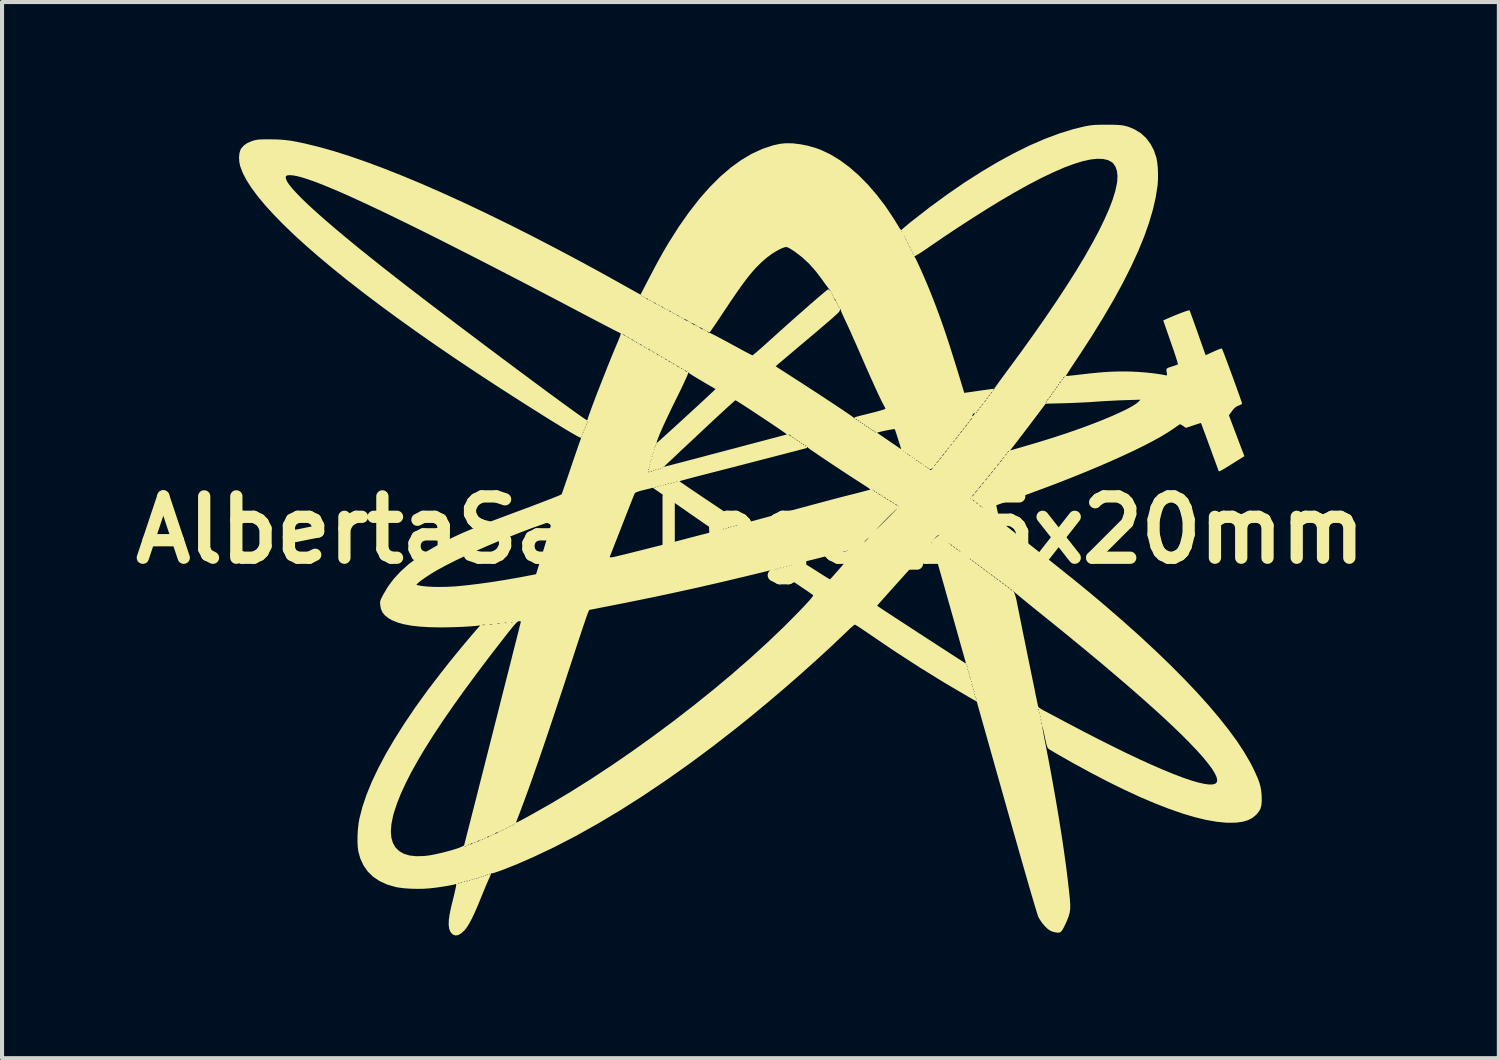
<source format=kicad_pcb>
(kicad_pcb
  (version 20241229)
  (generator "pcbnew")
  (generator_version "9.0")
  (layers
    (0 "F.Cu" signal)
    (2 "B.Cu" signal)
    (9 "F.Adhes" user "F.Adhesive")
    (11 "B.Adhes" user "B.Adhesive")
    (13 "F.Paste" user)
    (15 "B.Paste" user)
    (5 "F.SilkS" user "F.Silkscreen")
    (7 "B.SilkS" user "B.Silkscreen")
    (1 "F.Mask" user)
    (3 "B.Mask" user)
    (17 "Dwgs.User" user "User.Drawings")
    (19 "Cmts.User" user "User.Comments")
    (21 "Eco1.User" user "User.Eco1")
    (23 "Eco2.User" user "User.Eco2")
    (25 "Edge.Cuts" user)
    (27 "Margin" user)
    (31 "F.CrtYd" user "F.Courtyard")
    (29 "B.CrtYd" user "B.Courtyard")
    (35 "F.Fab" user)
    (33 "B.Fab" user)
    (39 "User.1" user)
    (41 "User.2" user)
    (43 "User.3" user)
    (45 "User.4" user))
  (footprint "AlbertaSat_Logo_25x20mm"
    (layer "F.Cu")
    (at 15.3 9.909)
    (property "Reference" "AlbertaSat_Logo_25x20mm" (at 0 0 0) (layer "F.SilkS") (effects (font (size 1.5 1.5) (thickness 0.3))))
    (attr board_only exclude_from_pos_files exclude_from_bom)
    (fp_poly (pts (xy 8.853 -9.909) (xy 8.968 -9.905) (xy 9.063 -9.898) (xy 9.143 -9.885) (xy 9.217 -9.866) (xy 9.29 -9.84) (xy 9.369 -9.805) (xy 9.408 -9.786) (xy 9.55 -9.698) (xy 9.675 -9.582) (xy 9.781 -9.442) (xy 9.865 -9.282) (xy 9.925 -9.104) (xy 9.926 -9.102) (xy 9.945 -8.996) (xy 9.959 -8.868) (xy 9.965 -8.727) (xy 9.965 -8.584) (xy 9.957 -8.45) (xy 9.954 -8.421) (xy 9.909 -8.132) (xy 9.839 -7.828) (xy 9.744 -7.506) (xy 9.624 -7.168) (xy 9.478 -6.812) (xy 9.306 -6.439) (xy 9.109 -6.047) (xy 8.885 -5.637) (xy 8.634 -5.208) (xy 8.357 -4.758) (xy 8.054 -4.289) (xy 7.968 -4.161) (xy 7.9 -4.059) (xy 7.839 -3.967) (xy 7.788 -3.887) (xy 7.748 -3.825) (xy 7.722 -3.783) (xy 7.713 -3.766) (xy 7.713 -3.765) (xy 7.73 -3.766) (xy 7.777 -3.769) (xy 7.847 -3.776) (xy 7.935 -3.786) (xy 8.037 -3.798) (xy 8.066 -3.801) (xy 8.293 -3.827) (xy 8.494 -3.847) (xy 8.674 -3.862) (xy 8.841 -3.871) (xy 9.002 -3.876) (xy 9.162 -3.876) (xy 9.289 -3.874) (xy 9.482 -3.865) (xy 9.675 -3.85) (xy 9.86 -3.83) (xy 10.028 -3.806) (xy 10.145 -3.784) (xy 10.176 -3.779) (xy 10.187 -3.789) (xy 10.184 -3.822) (xy 10.181 -3.835) (xy 10.172 -3.89) (xy 10.171 -3.926) (xy 10.185 -3.95) (xy 10.22 -3.969) (xy 10.279 -3.989) (xy 10.305 -3.997) (xy 10.369 -4.018) (xy 10.42 -4.036) (xy 10.45 -4.048) (xy 10.454 -4.051) (xy 10.451 -4.069) (xy 10.437 -4.115) (xy 10.415 -4.185) (xy 10.386 -4.277) (xy 10.35 -4.385) (xy 10.308 -4.506) (xy 10.278 -4.592) (xy 10.093 -5.124) (xy 10.146 -5.148) (xy 10.247 -5.192) (xy 10.35 -5.236) (xy 10.45 -5.276) (xy 10.542 -5.312) (xy 10.622 -5.341) (xy 10.684 -5.361) (xy 10.724 -5.371) (xy 10.737 -5.37) (xy 10.745 -5.35) (xy 10.764 -5.301) (xy 10.79 -5.229) (xy 10.824 -5.136) (xy 10.863 -5.026) (xy 10.907 -4.904) (xy 10.939 -4.812) (xy 11.13 -4.273) (xy 11.26 -4.333) (xy 11.362 -4.379) (xy 11.436 -4.41) (xy 11.487 -4.43) (xy 11.517 -4.437) (xy 11.528 -4.436) (xy 11.537 -4.417) (xy 11.556 -4.37) (xy 11.583 -4.3) (xy 11.617 -4.21) (xy 11.657 -4.105) (xy 11.7 -3.988) (xy 11.746 -3.864) (xy 11.793 -3.737) (xy 11.839 -3.61) (xy 11.883 -3.489) (xy 11.923 -3.376) (xy 11.959 -3.276) (xy 11.988 -3.193) (xy 12.009 -3.132) (xy 12.02 -3.096) (xy 12.021 -3.088) (xy 12.003 -3.073) (xy 11.963 -3.052) (xy 11.932 -3.04) (xy 11.881 -3.017) (xy 11.838 -2.984) (xy 11.794 -2.933) (xy 11.774 -2.907) (xy 11.699 -2.804) (xy 11.857 -2.384) (xy 11.902 -2.267) (xy 11.943 -2.156) (xy 11.981 -2.057) (xy 12.012 -1.975) (xy 12.035 -1.915) (xy 12.047 -1.885) (xy 12.078 -1.805) (xy 11.792 -1.626) (xy 11.686 -1.56) (xy 11.605 -1.509) (xy 11.545 -1.474) (xy 11.503 -1.451) (xy 11.476 -1.439) (xy 11.459 -1.436) (xy 11.45 -1.44) (xy 11.445 -1.449) (xy 11.438 -1.47) (xy 11.42 -1.519) (xy 11.393 -1.592) (xy 11.359 -1.686) (xy 11.318 -1.797) (xy 11.273 -1.921) (xy 11.228 -2.042) (xy 11.18 -2.173) (xy 11.136 -2.294) (xy 11.096 -2.401) (xy 11.063 -2.49) (xy 11.038 -2.558) (xy 11.022 -2.601) (xy 11.017 -2.615) (xy 11 -2.612) (xy 10.958 -2.6) (xy 10.897 -2.58) (xy 10.831 -2.558) (xy 10.648 -2.497) (xy 10.582 -2.542) (xy 10.54 -2.568) (xy 10.511 -2.584) (xy 10.504 -2.586) (xy 10.487 -2.577) (xy 10.449 -2.551) (xy 10.396 -2.514) (xy 10.355 -2.485) (xy 10.213 -2.39) (xy 10.041 -2.286) (xy 9.84 -2.175) (xy 9.612 -2.057) (xy 9.36 -1.933) (xy 9.085 -1.805) (xy 8.791 -1.673) (xy 8.478 -1.538) (xy 8.149 -1.401) (xy 7.806 -1.263) (xy 7.451 -1.124) (xy 7.086 -0.987) (xy 6.713 -0.85) (xy 6.335 -0.717) (xy 6.227 -0.68) (xy 6.148 -0.653) (xy 6.082 -0.63) (xy 6.035 -0.613) (xy 6.012 -0.606) (xy 6.011 -0.605) (xy 6.013 -0.589) (xy 6.021 -0.548) (xy 6.034 -0.489) (xy 6.049 -0.422) (xy 6.066 -0.353) (xy 6.082 -0.292) (xy 6.095 -0.245) (xy 6.103 -0.221) (xy 6.104 -0.219) (xy 6.119 -0.207) (xy 6.159 -0.176) (xy 6.22 -0.127) (xy 6.301 -0.062) (xy 6.399 0.015) (xy 6.512 0.105) (xy 6.638 0.205) (xy 6.773 0.312) (xy 6.907 0.418) (xy 7.147 0.609) (xy 7.363 0.78) (xy 7.557 0.935) (xy 7.732 1.075) (xy 7.89 1.202) (xy 8.035 1.319) (xy 8.168 1.428) (xy 8.292 1.53) (xy 8.41 1.629) (xy 8.525 1.725) (xy 8.638 1.821) (xy 8.668 1.846) (xy 9.102 2.222) (xy 9.514 2.59) (xy 9.901 2.949) (xy 10.265 3.3) (xy 10.603 3.64) (xy 10.916 3.969) (xy 11.202 4.288) (xy 11.462 4.594) (xy 11.694 4.888) (xy 11.899 5.168) (xy 12.074 5.435) (xy 12.221 5.687) (xy 12.284 5.81) (xy 12.352 5.952) (xy 12.404 6.071) (xy 12.443 6.175) (xy 12.469 6.27) (xy 12.487 6.362) (xy 12.497 6.46) (xy 12.5 6.51) (xy 12.502 6.632) (xy 12.493 6.73) (xy 12.473 6.809) (xy 12.437 6.878) (xy 12.384 6.944) (xy 12.361 6.968) (xy 12.27 7.042) (xy 12.163 7.097) (xy 12.036 7.134) (xy 11.887 7.155) (xy 11.711 7.159) (xy 11.628 7.157) (xy 11.396 7.134) (xy 11.139 7.089) (xy 10.859 7.021) (xy 10.557 6.931) (xy 10.234 6.818) (xy 9.89 6.684) (xy 9.526 6.529) (xy 9.143 6.352) (xy 8.742 6.155) (xy 8.324 5.937) (xy 7.889 5.7) (xy 7.639 5.558) (xy 7.545 5.504) (xy 7.459 5.454) (xy 7.386 5.411) (xy 7.331 5.378) (xy 7.299 5.359) (xy 7.297 5.357) (xy 7.28 5.342) (xy 7.265 5.321) (xy 7.252 5.288) (xy 7.237 5.238) (xy 7.22 5.166) (xy 7.199 5.066) (xy 7.197 5.054) (xy 7.177 4.963) (xy 7.16 4.886) (xy 7.146 4.828) (xy 7.136 4.794) (xy 7.133 4.787) (xy 7.134 4.805) (xy 7.142 4.852) (xy 7.154 4.923) (xy 7.171 5.014) (xy 7.191 5.12) (xy 7.212 5.225) (xy 7.301 5.686) (xy 7.385 6.141) (xy 7.464 6.588) (xy 7.538 7.024) (xy 7.605 7.445) (xy 7.665 7.848) (xy 7.718 8.229) (xy 7.762 8.585) (xy 7.799 8.914) (xy 7.811 9.036) (xy 7.819 9.16) (xy 7.818 9.264) (xy 7.805 9.359) (xy 7.777 9.456) (xy 7.734 9.563) (xy 7.7 9.638) (xy 7.658 9.725) (xy 7.624 9.785) (xy 7.594 9.822) (xy 7.563 9.841) (xy 7.527 9.847) (xy 7.48 9.843) (xy 7.48 9.843) (xy 7.414 9.829) (xy 7.351 9.808) (xy 7.333 9.799) (xy 7.27 9.756) (xy 7.201 9.691) (xy 7.134 9.611) (xy 7.075 9.526) (xy 7.044 9.471) (xy 7.031 9.439) (xy 7.01 9.374) (xy 6.98 9.277) (xy 6.941 9.148) (xy 6.894 8.989) (xy 6.838 8.798) (xy 6.774 8.578) (xy 6.702 8.327) (xy 6.622 8.048) (xy 6.534 7.739) (xy 6.438 7.401) (xy 6.335 7.036) (xy 6.263 6.781) (xy 5.684 4.73) (xy 7.114 4.73) (xy 7.117 4.754) (xy 7.123 4.751) (xy 7.125 4.716) (xy 7.123 4.708) (xy 7.116 4.706) (xy 7.114 4.73) (xy 5.684 4.73) (xy 5.66 4.644) (xy 7.094 4.644) (xy 7.101 4.658) (xy 7.106 4.656) (xy 7.108 4.636) (xy 7.106 4.633) (xy 7.096 4.635) (xy 7.094 4.644) (xy 5.66 4.644) (xy 5.636 4.559) (xy 7.077 4.559) (xy 7.084 4.573) (xy 7.089 4.571) (xy 7.091 4.551) (xy 7.089 4.548) (xy 7.079 4.55) (xy 7.077 4.559) (xy 5.636 4.559) (xy 5.612 4.474) (xy 7.06 4.474) (xy 7.067 4.488) (xy 7.072 4.486) (xy 7.074 4.465) (xy 7.072 4.463) (xy 7.062 4.465) (xy 7.06 4.474) (xy 5.612 4.474) (xy 5.588 4.389) (xy 7.043 4.389) (xy 7.049 4.403) (xy 7.055 4.401) (xy 7.057 4.38) (xy 7.055 4.378) (xy 7.044 4.38) (xy 7.043 4.389) (xy 5.588 4.389) (xy 5.534 4.196) (xy 5.425 4.134) (xy 5.512 4.134) (xy 5.518 4.148) (xy 5.523 4.145) (xy 5.526 4.125) (xy 5.523 4.123) (xy 5.513 4.125) (xy 5.512 4.134) (xy 5.425 4.134) (xy 5.357 4.095) (xy 5.336 4.083) (xy 5.495 4.083) (xy 5.501 4.097) (xy 5.506 4.094) (xy 5.508 4.074) (xy 5.506 4.072) (xy 5.496 4.074) (xy 5.495 4.083) (xy 5.336 4.083) (xy 5.221 4.015) (xy 5.478 4.015) (xy 5.484 4.029) (xy 5.489 4.026) (xy 5.491 4.006) (xy 5.489 4.004) (xy 5.479 4.006) (xy 5.478 4.015) (xy 5.221 4.015) (xy 5.105 3.947) (xy 5.461 3.947) (xy 5.467 3.961) (xy 5.472 3.958) (xy 5.474 3.938) (xy 5.472 3.936) (xy 5.462 3.938) (xy 5.461 3.947) (xy 5.105 3.947) (xy 5.018 3.896) (xy 5.444 3.896) (xy 5.45 3.91) (xy 5.455 3.907) (xy 5.457 3.887) (xy 5.455 3.885) (xy 5.445 3.887) (xy 5.444 3.896) (xy 5.018 3.896) (xy 4.902 3.828) (xy 5.427 3.828) (xy 5.433 3.842) (xy 5.438 3.839) (xy 5.44 3.819) (xy 5.438 3.817) (xy 5.428 3.819) (xy 5.427 3.828) (xy 4.902 3.828) (xy 4.815 3.777) (xy 5.41 3.777) (xy 5.416 3.791) (xy 5.421 3.788) (xy 5.423 3.768) (xy 5.421 3.765) (xy 5.411 3.768) (xy 5.41 3.777) (xy 4.815 3.777) (xy 4.753 3.741) (xy 4.702 3.709) (xy 5.393 3.709) (xy 5.399 3.723) (xy 5.404 3.72) (xy 5.406 3.7) (xy 5.404 3.697) (xy 5.394 3.7) (xy 5.393 3.709) (xy 4.702 3.709) (xy 4.591 3.641) (xy 5.376 3.641) (xy 5.382 3.655) (xy 5.387 3.652) (xy 5.389 3.632) (xy 5.387 3.629) (xy 5.377 3.632) (xy 5.376 3.641) (xy 4.591 3.641) (xy 4.509 3.59) (xy 5.359 3.59) (xy 5.365 3.604) (xy 5.37 3.601) (xy 5.372 3.581) (xy 5.37 3.578) (xy 5.36 3.581) (xy 5.359 3.59) (xy 4.509 3.59) (xy 4.399 3.522) (xy 5.342 3.522) (xy 5.348 3.536) (xy 5.353 3.533) (xy 5.355 3.513) (xy 5.353 3.51) (xy 5.343 3.513) (xy 5.342 3.522) (xy 4.399 3.522) (xy 4.316 3.471) (xy 5.325 3.471) (xy 5.331 3.485) (xy 5.336 3.482) (xy 5.338 3.462) (xy 5.336 3.459) (xy 5.326 3.462) (xy 5.325 3.471) (xy 4.316 3.471) (xy 4.206 3.403) (xy 5.308 3.403) (xy 5.314 3.417) (xy 5.319 3.414) (xy 5.321 3.394) (xy 5.319 3.391) (xy 5.309 3.394) (xy 5.308 3.403) (xy 4.206 3.403) (xy 4.144 3.365) (xy 4.098 3.334) (xy 5.291 3.334) (xy 5.297 3.348) (xy 5.302 3.346) (xy 5.304 3.326) (xy 5.302 3.323) (xy 5.292 3.325) (xy 5.291 3.334) (xy 4.098 3.334) (xy 4.032 3.292) (xy 5.274 3.292) (xy 5.282 3.3) (xy 5.291 3.292) (xy 5.282 3.283) (xy 5.274 3.292) (xy 4.032 3.292) (xy 3.527 2.965) (xy 2.896 2.538) (xy 2.839 2.498) (xy 2.754 2.441) (xy 2.679 2.39) (xy 2.617 2.35) (xy 2.573 2.324) (xy 2.552 2.314) (xy 2.552 2.314) (xy 2.534 2.325) (xy 2.496 2.356) (xy 2.442 2.403) (xy 2.379 2.463) (xy 2.334 2.506) (xy 1.989 2.834) (xy 1.62 3.173) (xy 1.233 3.52) (xy 0.834 3.868) (xy 0.428 4.213) (xy 0.022 4.549) (xy -0.332 4.834) (xy -0.913 5.286) (xy -1.49 5.715) (xy -2.062 6.119) (xy -2.627 6.499) (xy -3.184 6.854) (xy -3.732 7.181) (xy -4.269 7.482) (xy -4.795 7.754) (xy -5.308 7.997) (xy -5.674 8.157) (xy -5.816 8.215) (xy -5.948 8.268) (xy -6.065 8.313) (xy -6.165 8.349) (xy -6.245 8.376) (xy -6.3 8.392) (xy -6.328 8.396) (xy -6.33 8.395) (xy -6.343 8.394) (xy -6.343 8.399) (xy -6.349 8.42) (xy -6.365 8.463) (xy -6.39 8.52) (xy -6.396 8.532) (xy -6.419 8.584) (xy -6.452 8.66) (xy -6.492 8.755) (xy -6.536 8.862) (xy -6.581 8.973) (xy -6.595 9.006) (xy -6.675 9.202) (xy -6.748 9.367) (xy -6.813 9.504) (xy -6.873 9.616) (xy -6.927 9.705) (xy -6.979 9.773) (xy -6.989 9.785) (xy -7.07 9.861) (xy -7.145 9.905) (xy -7.213 9.915) (xy -7.276 9.892) (xy -7.286 9.884) (xy -7.335 9.83) (xy -7.365 9.755) (xy -7.379 9.658) (xy -7.376 9.537) (xy -7.355 9.39) (xy -7.318 9.215) (xy -7.308 9.175) (xy -7.283 9.074) (xy -7.257 8.969) (xy -7.235 8.873) (xy -7.218 8.798) (xy -7.216 8.789) (xy -7.201 8.72) (xy -7.195 8.678) (xy -7.196 8.658) (xy -7.204 8.655) (xy -7.212 8.658) (xy -7.244 8.669) (xy -7.304 8.682) (xy -7.385 8.698) (xy -7.481 8.714) (xy -7.584 8.73) (xy -7.69 8.745) (xy -7.791 8.757) (xy -7.851 8.763) (xy -7.998 8.773) (xy -8.157 8.775) (xy -8.318 8.771) (xy -8.471 8.76) (xy -8.606 8.743) (xy -8.679 8.729) (xy -8.887 8.668) (xy -8.951 8.638) (xy -7.155 8.638) (xy -7.138 8.641) (xy -7.116 8.638) (xy -7.116 8.632) (xy -7.139 8.628) (xy -7.149 8.631) (xy -7.155 8.638) (xy -8.951 8.638) (xy -8.989 8.621) (xy -7.087 8.621) (xy -7.07 8.624) (xy -7.048 8.621) (xy -7.048 8.615) (xy -7.071 8.611) (xy -7.08 8.614) (xy -7.087 8.621) (xy -8.989 8.621) (xy -9.042 8.597) (xy -7.004 8.597) (xy -7.001 8.607) (xy -6.992 8.608) (xy -6.978 8.602) (xy -6.981 8.597) (xy -7.001 8.595) (xy -7.004 8.597) (xy -9.042 8.597) (xy -9.063 8.587) (xy -6.951 8.587) (xy -6.934 8.59) (xy -6.912 8.587) (xy -6.912 8.581) (xy -6.935 8.577) (xy -6.944 8.58) (xy -6.951 8.587) (xy -9.063 8.587) (xy -9.069 8.585) (xy -9.101 8.563) (xy -6.884 8.563) (xy -6.882 8.573) (xy -6.873 8.574) (xy -6.859 8.568) (xy -6.862 8.563) (xy -6.882 8.561) (xy -6.884 8.563) (xy -9.101 8.563) (xy -9.126 8.546) (xy -6.816 8.546) (xy -6.814 8.556) (xy -6.805 8.557) (xy -6.791 8.551) (xy -6.794 8.546) (xy -6.814 8.544) (xy -6.816 8.546) (xy -9.126 8.546) (xy -9.152 8.529) (xy -6.765 8.529) (xy -6.763 8.539) (xy -6.754 8.54) (xy -6.74 8.534) (xy -6.743 8.529) (xy -6.763 8.527) (xy -6.765 8.529) (xy -9.152 8.529) (xy -9.166 8.519) (xy -6.713 8.519) (xy -6.696 8.522) (xy -6.674 8.519) (xy -6.674 8.513) (xy -6.696 8.509) (xy -6.706 8.512) (xy -6.713 8.519) (xy -9.166 8.519) (xy -9.202 8.495) (xy -6.646 8.495) (xy -6.644 8.505) (xy -6.635 8.506) (xy -6.621 8.5) (xy -6.624 8.495) (xy -6.644 8.493) (xy -6.646 8.495) (xy -9.202 8.495) (xy -9.226 8.479) (xy -9.227 8.478) (xy -6.595 8.478) (xy -6.593 8.488) (xy -6.584 8.489) (xy -6.57 8.483) (xy -6.573 8.478) (xy -6.593 8.476) (xy -6.595 8.478) (xy -9.227 8.478) (xy -9.244 8.461) (xy -6.544 8.461) (xy -6.542 8.471) (xy -6.533 8.472) (xy -6.519 8.466) (xy -6.522 8.461) (xy -6.542 8.459) (xy -6.544 8.461) (xy -9.244 8.461) (xy -9.262 8.444) (xy -6.493 8.444) (xy -6.491 8.454) (xy -6.482 8.455) (xy -6.468 8.449) (xy -6.471 8.444) (xy -6.491 8.442) (xy -6.493 8.444) (xy -9.262 8.444) (xy -9.279 8.427) (xy -6.442 8.427) (xy -6.44 8.437) (xy -6.431 8.438) (xy -6.417 8.432) (xy -6.419 8.427) (xy -6.44 8.425) (xy -6.442 8.427) (xy -9.279 8.427) (xy -9.297 8.41) (xy -6.391 8.41) (xy -6.389 8.42) (xy -6.38 8.421) (xy -6.366 8.415) (xy -6.368 8.41) (xy -6.389 8.408) (xy -6.391 8.41) (xy -9.297 8.41) (xy -9.357 8.352) (xy -9.461 8.203) (xy -9.54 8.033) (xy -9.588 7.861) (xy -9.603 7.749) (xy -9.609 7.614) (xy -9.608 7.466) (xy -9.602 7.366) (xy -8.793 7.366) (xy -8.781 7.521) (xy -8.743 7.653) (xy -8.679 7.764) (xy -8.589 7.852) (xy -8.475 7.917) (xy -8.336 7.959) (xy -8.172 7.977) (xy -7.984 7.972) (xy -7.882 7.961) (xy -7.785 7.945) (xy -7.676 7.923) (xy -7.561 7.897) (xy -7.445 7.868) (xy -7.333 7.837) (xy -7.229 7.806) (xy -7.139 7.776) (xy -7.068 7.748) (xy -7.029 7.729) (xy -6.987 7.729) (xy -6.984 7.74) (xy -6.975 7.741) (xy -6.961 7.735) (xy -6.964 7.729) (xy -6.984 7.727) (xy -6.987 7.729) (xy -7.029 7.729) (xy -7.02 7.725) (xy -7.009 7.715) (xy -6.941 7.715) (xy -6.933 7.724) (xy -6.924 7.715) (xy -6.933 7.707) (xy -6.941 7.715) (xy -7.009 7.715) (xy -7.001 7.708) (xy -6.998 7.695) (xy -6.901 7.695) (xy -6.899 7.706) (xy -6.89 7.707) (xy -6.876 7.701) (xy -6.879 7.695) (xy -6.899 7.693) (xy -6.901 7.695) (xy -6.998 7.695) (xy -6.996 7.687) (xy -6.995 7.686) (xy -6.853 7.686) (xy -6.848 7.689) (xy -6.82 7.681) (xy -6.805 7.673) (xy -6.791 7.659) (xy -6.797 7.656) (xy -6.825 7.665) (xy -6.839 7.673) (xy -6.853 7.686) (xy -6.995 7.686) (xy -6.985 7.644) (xy -6.765 7.644) (xy -6.763 7.654) (xy -6.754 7.656) (xy -6.74 7.65) (xy -6.743 7.644) (xy -6.763 7.642) (xy -6.765 7.644) (xy -6.985 7.644) (xy -6.982 7.636) (xy -6.981 7.63) (xy -6.72 7.63) (xy -6.712 7.639) (xy -6.703 7.63) (xy -6.712 7.622) (xy -6.72 7.63) (xy -6.981 7.63) (xy -6.978 7.618) (xy -6.683 7.618) (xy -6.677 7.621) (xy -6.65 7.613) (xy -6.635 7.605) (xy -6.621 7.591) (xy -6.626 7.588) (xy -6.654 7.597) (xy -6.669 7.605) (xy -6.683 7.618) (xy -6.978 7.618) (xy -6.968 7.579) (xy -6.601 7.579) (xy -6.592 7.588) (xy -6.584 7.579) (xy -6.592 7.571) (xy -6.601 7.579) (xy -6.968 7.579) (xy -6.963 7.559) (xy -6.561 7.559) (xy -6.559 7.569) (xy -6.55 7.571) (xy -6.536 7.564) (xy -6.539 7.559) (xy -6.559 7.557) (xy -6.561 7.559) (xy -6.963 7.559) (xy -6.962 7.555) (xy -6.959 7.545) (xy -6.516 7.545) (xy -6.507 7.554) (xy -6.499 7.545) (xy -6.507 7.537) (xy -6.516 7.545) (xy -6.959 7.545) (xy -6.955 7.528) (xy -6.482 7.528) (xy -6.473 7.537) (xy -6.465 7.528) (xy -6.473 7.52) (xy -6.482 7.528) (xy -6.955 7.528) (xy -6.952 7.516) (xy -6.444 7.516) (xy -6.439 7.519) (xy -6.411 7.511) (xy -6.397 7.503) (xy -6.383 7.489) (xy -6.388 7.486) (xy -6.416 7.495) (xy -6.431 7.503) (xy -6.444 7.516) (xy -6.952 7.516) (xy -6.942 7.477) (xy -6.363 7.477) (xy -6.354 7.486) (xy -6.346 7.477) (xy -6.354 7.469) (xy -6.363 7.477) (xy -6.942 7.477) (xy -6.937 7.46) (xy -6.329 7.46) (xy -6.32 7.469) (xy -6.312 7.46) (xy -6.32 7.452) (xy -6.329 7.46) (xy -6.937 7.46) (xy -6.934 7.449) (xy -6.933 7.443) (xy -6.295 7.443) (xy -6.286 7.452) (xy -6.278 7.443) (xy -6.286 7.435) (xy -6.295 7.443) (xy -6.933 7.443) (xy -6.93 7.433) (xy -6.253 7.433) (xy -6.252 7.433) (xy -6.226 7.426) (xy -6.193 7.409) (xy -6.168 7.392) (xy -6.167 7.385) (xy -6.167 7.385) (xy -6.193 7.393) (xy -6.227 7.409) (xy -6.251 7.426) (xy -6.253 7.433) (xy -6.93 7.433) (xy -6.916 7.375) (xy -6.142 7.375) (xy -6.133 7.384) (xy -6.125 7.375) (xy -6.133 7.367) (xy -6.142 7.375) (xy -6.916 7.375) (xy -6.911 7.358) (xy -6.108 7.358) (xy -6.099 7.367) (xy -6.091 7.358) (xy -6.099 7.349) (xy -6.108 7.358) (xy -6.911 7.358) (xy -6.907 7.341) (xy -6.074 7.341) (xy -6.065 7.349) (xy -6.057 7.341) (xy -6.065 7.332) (xy -6.074 7.341) (xy -6.907 7.341) (xy -6.903 7.324) (xy -6.04 7.324) (xy -6.031 7.332) (xy -6.023 7.324) (xy -6.031 7.315) (xy -6.04 7.324) (xy -6.903 7.324) (xy -6.901 7.318) (xy -6.898 7.307) (xy -6.005 7.307) (xy -5.997 7.315) (xy -5.988 7.307) (xy -5.997 7.298) (xy -6.005 7.307) (xy -6.898 7.307) (xy -6.894 7.29) (xy -5.971 7.29) (xy -5.963 7.298) (xy -5.954 7.29) (xy -5.963 7.281) (xy -5.971 7.29) (xy -6.894 7.29) (xy -6.89 7.273) (xy -5.937 7.273) (xy -5.929 7.281) (xy -5.92 7.273) (xy -5.929 7.264) (xy -5.937 7.273) (xy -6.89 7.273) (xy -6.885 7.256) (xy -5.903 7.256) (xy -5.895 7.264) (xy -5.886 7.256) (xy -5.895 7.247) (xy -5.903 7.256) (xy -6.885 7.256) (xy -6.881 7.239) (xy -5.869 7.239) (xy -5.861 7.247) (xy -5.852 7.239) (xy -5.861 7.23) (xy -5.869 7.239) (xy -6.881 7.239) (xy -6.877 7.222) (xy -5.835 7.222) (xy -5.827 7.23) (xy -5.818 7.222) (xy -5.827 7.213) (xy -5.835 7.222) (xy -6.877 7.222) (xy -6.872 7.205) (xy -5.801 7.205) (xy -5.793 7.213) (xy -5.784 7.205) (xy -5.793 7.196) (xy -5.801 7.205) (xy -6.872 7.205) (xy -6.868 7.188) (xy -5.767 7.188) (xy -5.759 7.196) (xy -5.75 7.188) (xy -5.759 7.179) (xy -5.767 7.188) (xy -6.868 7.188) (xy -6.862 7.165) (xy -6.859 7.153) (xy -5.731 7.153) (xy -5.726 7.155) (xy -5.711 7.15) (xy -5.683 7.137) (xy -5.638 7.114) (xy -5.573 7.079) (xy -5.486 7.032) (xy -5.373 6.97) (xy -5.359 6.962) (xy -4.879 6.691) (xy -4.388 6.397) (xy -3.889 6.083) (xy -3.385 5.75) (xy -2.879 5.402) (xy -2.376 5.041) (xy -1.877 4.67) (xy -1.387 4.291) (xy -0.908 3.906) (xy -0.445 3.519) (xy -0.000456 3.131) (xy 0.422 2.745) (xy 0.82 2.365) (xy 1.19 1.992) (xy 1.254 1.924) (xy 1.321 1.854) (xy 3.097 1.854) (xy 3.111 1.863) (xy 3.151 1.89) (xy 3.214 1.932) (xy 3.298 1.987) (xy 3.399 2.053) (xy 3.516 2.13) (xy 3.645 2.214) (xy 3.784 2.304) (xy 3.93 2.4) (xy 4.08 2.498) (xy 4.233 2.597) (xy 4.384 2.695) (xy 4.532 2.791) (xy 4.674 2.883) (xy 4.807 2.969) (xy 4.928 3.048) (xy 5.035 3.117) (xy 5.125 3.175) (xy 5.196 3.22) (xy 5.244 3.25) (xy 5.267 3.265) (xy 5.269 3.265) (xy 5.266 3.251) (xy 5.257 3.214) (xy 5.249 3.186) (xy 5.24 3.157) (xy 5.224 3.098) (xy 5.199 3.012) (xy 5.168 2.901) (xy 5.13 2.767) (xy 5.087 2.614) (xy 5.039 2.443) (xy 4.987 2.257) (xy 4.931 2.06) (xy 4.873 1.853) (xy 4.839 1.735) (xy 4.78 1.526) (xy 4.753 1.429) (xy 6.347 1.429) (xy 6.351 1.438) (xy 6.361 1.45) (xy 6.385 1.477) (xy 6.397 1.477) (xy 6.397 1.474) (xy 6.395 1.472) (xy 6.411 1.472) (xy 6.445 1.523) (xy 6.461 1.56) (xy 6.481 1.622) (xy 6.501 1.7) (xy 6.515 1.769) (xy 6.526 1.825) (xy 6.542 1.907) (xy 6.564 2.013) (xy 6.589 2.139) (xy 6.618 2.282) (xy 6.649 2.438) (xy 6.683 2.606) (xy 6.719 2.781) (xy 6.755 2.96) (xy 6.792 3.141) (xy 6.829 3.32) (xy 6.864 3.493) (xy 6.898 3.659) (xy 6.93 3.813) (xy 6.958 3.952) (xy 6.983 4.074) (xy 7.004 4.175) (xy 7.02 4.252) (xy 7.031 4.302) (xy 7.035 4.321) (xy 7.053 4.34) (xy 7.094 4.369) (xy 7.151 4.403) (xy 7.175 4.416) (xy 7.225 4.442) (xy 7.3 4.482) (xy 7.394 4.532) (xy 7.502 4.589) (xy 7.618 4.651) (xy 7.737 4.714) (xy 7.741 4.716) (xy 8.136 4.924) (xy 8.513 5.118) (xy 8.87 5.297) (xy 9.206 5.462) (xy 9.522 5.611) (xy 9.815 5.744) (xy 10.087 5.862) (xy 10.335 5.964) (xy 10.559 6.05) (xy 10.759 6.119) (xy 10.934 6.171) (xy 11.082 6.205) (xy 11.205 6.223) (xy 11.299 6.222) (xy 11.365 6.205) (xy 11.402 6.169) (xy 11.413 6.114) (xy 11.396 6.04) (xy 11.353 5.947) (xy 11.284 5.836) (xy 11.188 5.707) (xy 11.068 5.56) (xy 10.922 5.397) (xy 10.751 5.217) (xy 10.556 5.02) (xy 10.336 4.808) (xy 10.093 4.58) (xy 9.827 4.338) (xy 9.537 4.08) (xy 9.309 3.881) (xy 9.066 3.672) (xy 8.822 3.464) (xy 8.574 3.254) (xy 8.317 3.04) (xy 8.048 2.818) (xy 7.764 2.585) (xy 7.461 2.338) (xy 7.134 2.075) (xy 7.06 2.015) (xy 6.938 1.917) (xy 6.823 1.824) (xy 6.719 1.738) (xy 6.627 1.663) (xy 6.551 1.6) (xy 6.494 1.553) (xy 6.46 1.523) (xy 6.451 1.514) (xy 6.411 1.472) (xy 6.395 1.472) (xy 6.385 1.459) (xy 6.367 1.444) (xy 6.347 1.429) (xy 4.753 1.429) (xy 4.739 1.378) (xy 6.279 1.378) (xy 6.283 1.387) (xy 6.293 1.399) (xy 6.317 1.426) (xy 6.328 1.426) (xy 6.329 1.423) (xy 6.317 1.408) (xy 6.299 1.393) (xy 6.279 1.378) (xy 4.739 1.378) (xy 4.724 1.327) (xy 6.211 1.327) (xy 6.215 1.336) (xy 6.224 1.348) (xy 6.249 1.375) (xy 6.26 1.375) (xy 6.261 1.372) (xy 6.249 1.357) (xy 6.231 1.342) (xy 6.211 1.327) (xy 4.724 1.327) (xy 4.724 1.326) (xy 4.71 1.276) (xy 6.143 1.276) (xy 6.147 1.285) (xy 6.156 1.297) (xy 6.181 1.324) (xy 6.192 1.324) (xy 6.193 1.321) (xy 6.181 1.306) (xy 6.163 1.291) (xy 6.143 1.276) (xy 4.71 1.276) (xy 4.695 1.225) (xy 6.075 1.225) (xy 6.079 1.234) (xy 6.088 1.246) (xy 6.113 1.273) (xy 6.124 1.273) (xy 6.125 1.27) (xy 6.113 1.255) (xy 6.095 1.24) (xy 6.075 1.225) (xy 4.695 1.225) (xy 4.681 1.174) (xy 6.007 1.174) (xy 6.011 1.183) (xy 6.02 1.195) (xy 6.045 1.222) (xy 6.056 1.221) (xy 6.057 1.218) (xy 6.045 1.204) (xy 6.027 1.189) (xy 6.007 1.174) (xy 4.681 1.174) (xy 4.67 1.137) (xy 4.666 1.123) (xy 5.939 1.123) (xy 5.943 1.132) (xy 5.952 1.144) (xy 5.977 1.171) (xy 5.988 1.17) (xy 5.988 1.167) (xy 5.977 1.153) (xy 5.959 1.138) (xy 5.939 1.123) (xy 4.666 1.123) (xy 4.652 1.072) (xy 5.871 1.072) (xy 5.875 1.081) (xy 5.884 1.093) (xy 5.909 1.12) (xy 5.92 1.119) (xy 5.92 1.116) (xy 5.909 1.102) (xy 5.891 1.087) (xy 5.871 1.072) (xy 4.652 1.072) (xy 4.643 1.043) (xy 5.821 1.043) (xy 5.825 1.052) (xy 5.842 1.07) (xy 5.852 1.067) (xy 5.852 1.064) (xy 5.84 1.05) (xy 5.833 1.045) (xy 5.821 1.043) (xy 4.643 1.043) (xy 4.627 0.987) (xy 5.751 0.987) (xy 5.756 0.996) (xy 5.765 1.008) (xy 5.79 1.034) (xy 5.801 1.034) (xy 5.801 1.031) (xy 5.79 1.017) (xy 5.772 1.002) (xy 5.751 0.987) (xy 4.627 0.987) (xy 4.621 0.963) (xy 4.613 0.936) (xy 5.683 0.936) (xy 5.688 0.945) (xy 5.697 0.957) (xy 5.722 0.983) (xy 5.733 0.983) (xy 5.733 0.98) (xy 5.722 0.966) (xy 5.704 0.951) (xy 5.683 0.936) (xy 4.613 0.936) (xy 4.598 0.885) (xy 5.615 0.885) (xy 5.62 0.894) (xy 5.629 0.906) (xy 5.654 0.932) (xy 5.665 0.932) (xy 5.665 0.929) (xy 5.654 0.915) (xy 5.635 0.9) (xy 5.615 0.885) (xy 4.598 0.885) (xy 4.584 0.834) (xy 5.547 0.834) (xy 5.551 0.843) (xy 5.561 0.855) (xy 5.586 0.881) (xy 5.597 0.881) (xy 5.597 0.878) (xy 5.586 0.864) (xy 5.567 0.848) (xy 5.547 0.834) (xy 4.584 0.834) (xy 4.575 0.805) (xy 4.569 0.783) (xy 5.479 0.783) (xy 5.483 0.792) (xy 5.493 0.804) (xy 5.518 0.83) (xy 5.529 0.83) (xy 5.529 0.827) (xy 5.518 0.813) (xy 5.499 0.797) (xy 5.479 0.783) (xy 4.569 0.783) (xy 4.554 0.732) (xy 5.411 0.732) (xy 5.415 0.74) (xy 5.425 0.753) (xy 5.45 0.779) (xy 5.461 0.779) (xy 5.461 0.776) (xy 5.449 0.762) (xy 5.431 0.746) (xy 5.411 0.732) (xy 4.554 0.732) (xy 4.54 0.681) (xy 5.343 0.681) (xy 5.347 0.689) (xy 5.357 0.702) (xy 5.382 0.728) (xy 5.393 0.728) (xy 5.393 0.725) (xy 5.381 0.711) (xy 5.363 0.695) (xy 5.343 0.681) (xy 4.54 0.681) (xy 4.535 0.665) (xy 4.525 0.63) (xy 5.275 0.63) (xy 5.279 0.638) (xy 5.289 0.651) (xy 5.314 0.677) (xy 5.325 0.677) (xy 5.325 0.674) (xy 5.313 0.66) (xy 5.295 0.644) (xy 5.275 0.63) (xy 4.525 0.63) (xy 4.517 0.6) (xy 5.226 0.6) (xy 5.23 0.61) (xy 5.247 0.628) (xy 5.257 0.624) (xy 5.257 0.622) (xy 5.245 0.608) (xy 5.237 0.602) (xy 5.226 0.6) (xy 4.517 0.6) (xy 4.501 0.548) (xy 4.5 0.545) (xy 5.156 0.545) (xy 5.16 0.553) (xy 5.17 0.566) (xy 5.195 0.592) (xy 5.206 0.592) (xy 5.206 0.589) (xy 5.194 0.575) (xy 5.176 0.559) (xy 5.156 0.545) (xy 4.5 0.545) (xy 4.485 0.493) (xy 5.088 0.493) (xy 5.092 0.502) (xy 5.102 0.515) (xy 5.126 0.541) (xy 5.138 0.541) (xy 5.138 0.538) (xy 5.126 0.524) (xy 5.108 0.508) (xy 5.088 0.493) (xy 4.485 0.493) (xy 4.474 0.454) (xy 4.471 0.442) (xy 5.02 0.442) (xy 5.024 0.451) (xy 5.034 0.464) (xy 5.058 0.49) (xy 5.07 0.49) (xy 5.07 0.487) (xy 5.058 0.473) (xy 5.04 0.457) (xy 5.02 0.442) (xy 4.471 0.442) (xy 4.455 0.391) (xy 4.952 0.391) (xy 4.956 0.4) (xy 4.966 0.413) (xy 4.99 0.439) (xy 5.001 0.439) (xy 5.002 0.436) (xy 4.99 0.422) (xy 4.972 0.406) (xy 4.952 0.391) (xy 4.455 0.391) (xy 4.454 0.387) (xy 4.442 0.348) (xy 4.439 0.34) (xy 4.884 0.34) (xy 4.888 0.349) (xy 4.897 0.362) (xy 4.922 0.388) (xy 4.933 0.388) (xy 4.934 0.385) (xy 4.922 0.371) (xy 4.904 0.355) (xy 4.884 0.34) (xy 4.439 0.34) (xy 4.439 0.34) (xy 4.427 0.325) (xy 4.424 0.342) (xy 4.424 0.344) (xy 4.413 0.362) (xy 4.381 0.403) (xy 4.33 0.464) (xy 4.262 0.543) (xy 4.179 0.638) (xy 4.084 0.747) (xy 3.977 0.867) (xy 3.862 0.995) (xy 3.76 1.109) (xy 3.639 1.243) (xy 3.526 1.369) (xy 3.421 1.486) (xy 3.328 1.59) (xy 3.247 1.681) (xy 3.182 1.754) (xy 3.134 1.809) (xy 3.105 1.843) (xy 3.097 1.854) (xy 1.321 1.854) (xy 1.347 1.826) (xy 1.418 1.748) (xy 1.47 1.69) (xy 1.505 1.647) (xy 1.525 1.618) (xy 1.532 1.6) (xy 1.528 1.59) (xy 1.509 1.576) (xy 1.465 1.545) (xy 1.4 1.5) (xy 1.318 1.444) (xy 1.222 1.379) (xy 1.117 1.308) (xy 1.08 1.284) (xy 0.973 1.211) (xy 0.874 1.144) (xy 0.788 1.085) (xy 0.717 1.036) (xy 0.667 1) (xy 0.64 0.979) (xy 0.636 0.976) (xy 0.624 0.97) (xy 0.6 0.968) (xy 0.56 0.973) (xy 0.499 0.985) (xy 0.414 1.004) (xy 0.305 1.031) (xy -0.095 1.128) (xy -0.477 1.219) (xy -0.846 1.306) (xy -1.208 1.389) (xy -1.568 1.469) (xy -1.931 1.548) (xy -2.302 1.627) (xy -2.687 1.706) (xy -3.09 1.788) (xy -3.518 1.872) (xy -3.913 1.949) (xy -3.92 1.95) (xy -3.926 1.949) (xy -3.932 1.95) (xy -3.937 1.953) (xy -3.944 1.961) (xy -3.952 1.975) (xy -3.962 1.997) (xy -3.975 2.028) (xy -3.991 2.071) (xy -4.011 2.128) (xy -4.036 2.199) (xy -4.066 2.288) (xy -4.102 2.394) (xy -4.144 2.522) (xy -4.194 2.671) (xy -4.251 2.844) (xy -4.316 3.043) (xy -4.39 3.27) (xy -4.474 3.525) (xy -4.545 3.743) (xy -4.688 4.175) (xy -4.821 4.576) (xy -4.946 4.949) (xy -5.063 5.295) (xy -5.173 5.616) (xy -5.278 5.915) (xy -5.376 6.194) (xy -5.47 6.454) (xy -5.56 6.698) (xy -5.646 6.927) (xy -5.726 7.134) (xy -5.73 7.145) (xy -5.731 7.153) (xy -6.859 7.153) (xy -6.818 6.991) (xy -6.769 6.8) (xy -6.716 6.593) (xy -6.66 6.371) (xy -6.601 6.138) (xy -6.539 5.896) (xy -6.476 5.646) (xy -6.411 5.39) (xy -6.345 5.131) (xy -6.279 4.871) (xy -6.213 4.611) (xy -6.148 4.355) (xy -6.085 4.104) (xy -6.023 3.859) (xy -5.963 3.624) (xy -5.906 3.401) (xy -5.853 3.19) (xy -5.804 2.996) (xy -5.759 2.818) (xy -5.719 2.661) (xy -5.685 2.526) (xy -5.657 2.414) (xy -5.636 2.328) (xy -5.621 2.271) (xy -5.615 2.243) (xy -5.614 2.241) (xy -5.629 2.232) (xy -5.661 2.23) (xy -5.676 2.233) (xy -5.695 2.244) (xy -5.719 2.264) (xy -5.751 2.298) (xy -5.794 2.347) (xy -5.849 2.414) (xy -5.919 2.501) (xy -6.006 2.612) (xy -6.048 2.666) (xy -6.394 3.113) (xy -6.714 3.538) (xy -7.011 3.941) (xy -7.283 4.322) (xy -7.532 4.683) (xy -7.757 5.023) (xy -7.96 5.345) (xy -8.139 5.647) (xy -8.297 5.93) (xy -8.432 6.196) (xy -8.546 6.444) (xy -8.639 6.676) (xy -8.711 6.892) (xy -8.739 6.992) (xy -8.779 7.19) (xy -8.793 7.366) (xy -9.602 7.366) (xy -9.598 7.313) (xy -9.581 7.165) (xy -9.561 7.052) (xy -9.488 6.77) (xy -9.387 6.471) (xy -9.258 6.155) (xy -9.1 5.823) (xy -8.915 5.474) (xy -8.702 5.111) (xy -8.462 4.732) (xy -8.196 4.339) (xy -7.903 3.932) (xy -7.583 3.513) (xy -7.355 3.224) (xy -7.271 3.12) (xy -7.181 3.01) (xy -7.09 2.899) (xy -6.998 2.789) (xy -6.911 2.685) (xy -6.829 2.588) (xy -6.756 2.503) (xy -6.695 2.432) (xy -6.648 2.38) (xy -6.619 2.349) (xy -6.612 2.343) (xy -6.613 2.336) (xy -6.641 2.337) (xy -6.652 2.338) (xy -6.724 2.347) (xy -6.823 2.355) (xy -6.943 2.363) (xy -7.077 2.37) (xy -7.218 2.375) (xy -7.361 2.379) (xy -7.498 2.381) (xy -7.57 2.382) (xy -7.843 2.377) (xy -8.084 2.363) (xy -8.295 2.339) (xy -8.378 2.323) (xy -6.563 2.323) (xy -6.543 2.326) (xy -6.524 2.326) (xy -6.489 2.325) (xy -6.48 2.321) (xy -6.486 2.319) (xy -6.527 2.316) (xy -6.554 2.319) (xy -6.563 2.323) (xy -8.378 2.323) (xy -8.465 2.307) (xy -6.381 2.307) (xy -6.357 2.31) (xy -6.346 2.31) (xy -6.315 2.308) (xy -6.311 2.304) (xy -6.316 2.302) (xy -6.359 2.299) (xy -6.376 2.302) (xy -6.381 2.307) (xy -8.465 2.307) (xy -8.479 2.304) (xy -8.53 2.29) (xy -6.194 2.29) (xy -6.17 2.293) (xy -6.159 2.293) (xy -6.128 2.291) (xy -6.124 2.287) (xy -6.129 2.285) (xy -6.172 2.282) (xy -6.188 2.285) (xy -6.194 2.29) (xy -8.53 2.29) (xy -8.583 2.275) (xy -6.012 2.275) (xy -5.988 2.277) (xy -5.964 2.274) (xy -5.967 2.268) (xy -6.002 2.266) (xy -6.01 2.268) (xy -6.012 2.275) (xy -8.583 2.275) (xy -8.636 2.26) (xy -8.656 2.251) (xy -5.847 2.251) (xy -5.844 2.261) (xy -5.835 2.263) (xy -5.821 2.256) (xy -5.824 2.251) (xy -5.844 2.249) (xy -5.847 2.251) (xy -8.656 2.251) (xy -8.768 2.204) (xy -8.843 2.162) (xy -8.935 2.091) (xy -8.999 2.013) (xy -9.037 1.923) (xy -9.05 1.851) (xy -9.056 1.801) (xy -9.056 1.762) (xy -9.048 1.725) (xy -9.03 1.68) (xy -8.999 1.618) (xy -8.986 1.592) (xy -8.869 1.393) (xy -8.832 1.342) (xy -8.17 1.342) (xy -8.13 1.352) (xy -8.03 1.37) (xy -7.902 1.383) (xy -7.754 1.391) (xy -7.592 1.393) (xy -7.421 1.39) (xy -7.249 1.381) (xy -7.203 1.378) (xy -6.945 1.353) (xy -6.66 1.319) (xy -6.353 1.277) (xy -6.03 1.226) (xy -5.694 1.168) (xy -5.529 1.137) (xy -5.436 1.119) (xy -5.355 1.104) (xy -5.292 1.091) (xy -5.253 1.083) (xy -5.243 1.08) (xy -5.237 1.063) (xy -5.222 1.017) (xy -5.2 0.946) (xy -5.2 0.944) (xy 0.663 0.944) (xy 0.672 0.953) (xy 0.681 0.944) (xy 0.672 0.936) (xy 0.663 0.944) (xy -5.2 0.944) (xy -5.194 0.927) (xy 0.732 0.927) (xy 0.74 0.936) (xy 0.749 0.927) (xy 0.74 0.919) (xy 0.732 0.927) (xy -5.194 0.927) (xy -5.189 0.91) (xy 0.8 0.91) (xy 0.808 0.919) (xy 0.817 0.91) (xy 0.808 0.902) (xy 0.8 0.91) (xy -5.189 0.91) (xy -5.184 0.893) (xy 0.868 0.893) (xy 0.876 0.902) (xy 0.885 0.893) (xy 0.876 0.885) (xy 0.868 0.893) (xy -5.184 0.893) (xy -5.179 0.876) (xy 0.936 0.876) (xy 0.944 0.885) (xy 0.953 0.876) (xy 0.944 0.868) (xy 0.936 0.876) (xy -5.179 0.876) (xy -5.173 0.859) (xy 1.004 0.859) (xy 1.012 0.868) (xy 1.021 0.859) (xy 1.012 0.851) (xy 1.004 0.859) (xy -5.173 0.859) (xy -5.171 0.853) (xy -5.168 0.842) (xy 1.072 0.842) (xy 1.08 0.851) (xy 1.089 0.842) (xy 1.08 0.834) (xy 1.072 0.842) (xy -5.168 0.842) (xy -5.162 0.822) (xy 1.129 0.822) (xy 1.131 0.832) (xy 1.14 0.834) (xy 1.154 0.827) (xy 1.151 0.822) (xy 1.131 0.82) (xy 1.129 0.822) (xy -5.162 0.822) (xy -5.158 0.808) (xy 1.191 0.808) (xy 1.199 0.817) (xy 1.208 0.808) (xy 1.199 0.8) (xy 1.191 0.808) (xy -5.158 0.808) (xy -5.152 0.789) (xy 1.262 0.789) (xy 1.316 0.817) (xy 1.347 0.835) (xy 1.401 0.869) (xy 1.473 0.913) (xy 1.556 0.966) (xy 1.647 1.024) (xy 1.65 1.026) (xy 1.737 1.081) (xy 1.815 1.13) (xy 1.878 1.169) (xy 1.922 1.195) (xy 1.943 1.206) (xy 1.943 1.207) (xy 1.957 1.195) (xy 1.99 1.16) (xy 2.039 1.105) (xy 2.102 1.034) (xy 2.175 0.95) (xy 2.256 0.857) (xy 2.279 0.83) (xy 2.36 0.734) (xy 2.434 0.647) (xy 2.498 0.571) (xy 2.548 0.511) (xy 2.582 0.47) (xy 2.597 0.45) (xy 2.598 0.448) (xy 2.581 0.452) (xy 2.535 0.463) (xy 2.465 0.48) (xy 2.374 0.504) (xy 2.266 0.532) (xy 2.145 0.563) (xy 2.092 0.577) (xy 1.958 0.613) (xy 1.825 0.647) (xy 1.7 0.68) (xy 1.59 0.708) (xy 1.499 0.731) (xy 1.435 0.747) (xy 1.426 0.749) (xy 1.262 0.789) (xy -5.152 0.789) (xy -5.137 0.741) (xy -5.114 0.664) (xy -3.442 0.664) (xy -3.438 0.679) (xy -3.431 0.68) (xy -3.411 0.676) (xy -3.361 0.665) (xy -3.286 0.647) (xy -3.189 0.623) (xy -3.074 0.596) (xy -2.946 0.564) (xy -2.808 0.529) (xy -2.807 0.529) (xy -2.642 0.488) (xy -2.454 0.44) (xy -2.394 0.425) (xy 2.655 0.425) (xy 2.67 0.414) (xy 2.703 0.384) (xy 2.749 0.339) (xy 2.782 0.306) (xy 2.79 0.298) (xy 4.423 0.298) (xy 4.432 0.306) (xy 4.44 0.298) (xy 4.432 0.289) (xy 4.816 0.289) (xy 4.82 0.298) (xy 4.829 0.31) (xy 4.854 0.337) (xy 4.865 0.337) (xy 4.866 0.334) (xy 4.854 0.32) (xy 4.836 0.304) (xy 4.816 0.289) (xy 4.432 0.289) (xy 4.432 0.289) (xy 4.423 0.298) (xy 2.79 0.298) (xy 2.827 0.26) (xy 4.766 0.26) (xy 4.77 0.27) (xy 4.788 0.288) (xy 4.797 0.284) (xy 4.798 0.282) (xy 4.786 0.267) (xy 4.778 0.262) (xy 4.766 0.26) (xy 2.827 0.26) (xy 2.831 0.256) (xy 2.839 0.247) (xy 4.466 0.247) (xy 4.507 0.209) (xy 4.698 0.209) (xy 4.702 0.219) (xy 4.72 0.237) (xy 4.729 0.233) (xy 4.73 0.231) (xy 4.717 0.216) (xy 4.71 0.211) (xy 4.698 0.209) (xy 4.507 0.209) (xy 4.527 0.191) (xy 4.564 0.161) (xy 4.579 0.153) (xy 4.629 0.153) (xy 4.633 0.162) (xy 4.642 0.174) (xy 4.667 0.201) (xy 4.678 0.201) (xy 4.678 0.198) (xy 4.667 0.184) (xy 4.649 0.168) (xy 4.629 0.153) (xy 4.579 0.153) (xy 4.591 0.147) (xy 4.599 0.147) (xy 4.61 0.151) (xy 4.61 0.148) (xy 4.601 0.13) (xy 4.575 0.138) (xy 4.536 0.17) (xy 4.524 0.184) (xy 4.466 0.247) (xy 2.839 0.247) (xy 2.868 0.216) (xy 2.889 0.192) (xy 2.891 0.187) (xy 2.876 0.198) (xy 2.843 0.229) (xy 2.798 0.273) (xy 2.765 0.306) (xy 2.716 0.356) (xy 2.678 0.396) (xy 2.657 0.42) (xy 2.655 0.425) (xy -2.394 0.425) (xy -2.25 0.389) (xy -2.042 0.335) (xy -1.836 0.283) (xy -1.644 0.233) (xy -1.531 0.203) (xy -0.858 0.028) (xy -0.879 0.013) (xy -0.809 0.013) (xy -0.793 0.016) (xy -0.77 0.013) (xy -0.77 0.007) (xy -0.793 0.003) (xy -0.803 0.005) (xy -0.809 0.013) (xy -0.879 0.013) (xy -0.915 -0.011) (xy -0.743 -0.011) (xy -0.741 -0.001) (xy -0.732 0) (xy -0.718 -0.006) (xy -0.72 -0.011) (xy -0.74 -0.013) (xy -0.743 -0.011) (xy -0.915 -0.011) (xy -0.94 -0.028) (xy -0.675 -0.028) (xy -0.673 -0.018) (xy -0.663 -0.017) (xy 3.08 -0.017) (xy 3.094 -0.029) (xy 3.128 -0.061) (xy 3.179 -0.11) (xy 3.243 -0.173) (xy 3.317 -0.246) (xy 3.343 -0.272) (xy 3.355 -0.284) (xy 6.008 -0.284) (xy 6.012 -0.275) (xy 6.03 -0.257) (xy 6.039 -0.26) (xy 6.04 -0.263) (xy 6.027 -0.277) (xy 6.02 -0.282) (xy 6.008 -0.284) (xy 3.355 -0.284) (xy 3.418 -0.348) (xy 3.427 -0.357) (xy 5.922 -0.357) (xy 5.926 -0.348) (xy 5.935 -0.336) (xy 5.96 -0.31) (xy 5.971 -0.31) (xy 5.971 -0.313) (xy 5.96 -0.327) (xy 5.942 -0.342) (xy 5.922 -0.357) (xy 3.427 -0.357) (xy 3.483 -0.414) (xy 3.494 -0.425) (xy 5.836 -0.425) (xy 5.841 -0.416) (xy 5.85 -0.404) (xy 5.875 -0.378) (xy 5.886 -0.378) (xy 5.886 -0.381) (xy 5.875 -0.395) (xy 5.857 -0.41) (xy 5.836 -0.425) (xy 3.494 -0.425) (xy 3.536 -0.468) (xy 3.559 -0.493) (xy 5.751 -0.493) (xy 5.756 -0.484) (xy 5.765 -0.472) (xy 5.79 -0.446) (xy 5.801 -0.446) (xy 5.801 -0.449) (xy 5.79 -0.463) (xy 5.772 -0.479) (xy 5.751 -0.493) (xy 3.559 -0.493) (xy 3.572 -0.507) (xy 3.589 -0.526) (xy 3.589 -0.527) (xy 3.575 -0.516) (xy 3.541 -0.484) (xy 3.49 -0.434) (xy 3.426 -0.372) (xy 3.352 -0.299) (xy 3.326 -0.272) (xy 3.251 -0.197) (xy 3.186 -0.13) (xy 3.133 -0.076) (xy 3.097 -0.038) (xy 3.08 -0.019) (xy 3.08 -0.017) (xy -0.663 -0.017) (xy -0.649 -0.023) (xy -0.652 -0.028) (xy -0.672 -0.03) (xy -0.675 -0.028) (xy -0.94 -0.028) (xy -0.964 -0.045) (xy -0.607 -0.045) (xy -0.604 -0.035) (xy -0.595 -0.034) (xy -0.581 -0.04) (xy -0.584 -0.045) (xy -0.604 -0.047) (xy -0.607 -0.045) (xy -0.964 -0.045) (xy -0.979 -0.055) (xy -0.554 -0.055) (xy -0.537 -0.052) (xy -0.515 -0.056) (xy -0.515 -0.061) (xy -0.538 -0.065) (xy -0.548 -0.063) (xy -0.554 -0.055) (xy -0.979 -0.055) (xy -1.012 -0.078) (xy -1.014 -0.079) (xy -0.488 -0.079) (xy -0.485 -0.069) (xy -0.476 -0.068) (xy -0.462 -0.074) (xy -0.465 -0.079) (xy -0.485 -0.081) (xy -0.488 -0.079) (xy -1.014 -0.079) (xy -1.039 -0.096) (xy -0.42 -0.096) (xy -0.417 -0.086) (xy -0.408 -0.085) (xy -0.394 -0.091) (xy -0.397 -0.096) (xy -0.417 -0.098) (xy -0.42 -0.096) (xy -1.039 -0.096) (xy -1.053 -0.106) (xy -0.367 -0.106) (xy -0.35 -0.103) (xy -0.328 -0.107) (xy -0.328 -0.112) (xy -0.351 -0.116) (xy -0.36 -0.114) (xy -0.367 -0.106) (xy -1.053 -0.106) (xy -1.059 -0.11) (xy -1.088 -0.13) (xy -0.301 -0.13) (xy -0.298 -0.12) (xy -0.289 -0.119) (xy -0.275 -0.125) (xy -0.278 -0.13) (xy -0.298 -0.132) (xy -0.301 -0.13) (xy -1.088 -0.13) (xy -1.13 -0.159) (xy -1.222 -0.223) (xy -1.33 -0.298) (xy -1.45 -0.381) (xy -1.579 -0.471) (xy -1.713 -0.564) (xy -1.776 -0.608) (xy -2.387 -1.032) (xy -2.601 -0.979) (xy -2.692 -0.956) (xy -2.754 -0.937) (xy -2.795 -0.921) (xy -2.819 -0.906) (xy -2.833 -0.888) (xy -2.835 -0.884) (xy -2.845 -0.86) (xy -2.867 -0.807) (xy -2.897 -0.73) (xy -2.936 -0.631) (xy -2.982 -0.514) (xy -3.034 -0.383) (xy -3.089 -0.241) (xy -3.13 -0.136) (xy -3.188 0.013) (xy -3.243 0.153) (xy -3.294 0.282) (xy -3.338 0.395) (xy -3.375 0.49) (xy -3.404 0.563) (xy -3.423 0.61) (xy -3.429 0.625) (xy -3.442 0.664) (xy -5.114 0.664) (xy -5.099 0.615) (xy -5.058 0.478) (xy -5.051 0.457) (xy -5.009 0.317) (xy -4.97 0.187) (xy -4.934 0.07) (xy -4.904 -0.03) (xy -4.88 -0.109) (xy -4.864 -0.164) (xy -4.856 -0.19) (xy -4.856 -0.191) (xy -4.856 -0.202) (xy -4.871 -0.205) (xy -4.903 -0.198) (xy -4.958 -0.182) (xy -5.04 -0.154) (xy -5.047 -0.151) (xy -5.32 -0.055) (xy -5.602 0.051) (xy -5.889 0.164) (xy -6.177 0.281) (xy -6.461 0.402) (xy -6.736 0.523) (xy -6.997 0.644) (xy -7.24 0.76) (xy -7.46 0.872) (xy -7.652 0.977) (xy -7.664 0.983) (xy -7.753 1.036) (xy -7.846 1.094) (xy -7.936 1.153) (xy -8.017 1.209) (xy -8.082 1.258) (xy -8.125 1.294) (xy -8.131 1.3) (xy -8.17 1.342) (xy -8.832 1.342) (xy -8.728 1.202) (xy -8.56 1.019) (xy -8.365 0.843) (xy -8.141 0.673) (xy -7.886 0.507) (xy -7.6 0.344) (xy -7.392 0.238) (xy -7.268 0.178) (xy -7.143 0.119) (xy -7.012 0.061) (xy -6.872 0.001) (xy -6.721 -0.062) (xy -6.553 -0.129) (xy -6.366 -0.202) (xy -6.157 -0.281) (xy -5.922 -0.369) (xy -5.708 -0.449) (xy -5.556 -0.505) (xy -5.405 -0.561) (xy -5.258 -0.617) (xy -5.118 -0.671) (xy -4.988 -0.721) (xy -4.872 -0.766) (xy -4.774 -0.805) (xy -4.696 -0.836) (xy -4.644 -0.859) (xy -4.619 -0.871) (xy -4.617 -0.872) (xy -4.611 -0.889) (xy -4.595 -0.934) (xy -4.57 -1.006) (xy -4.555 -1.049) (xy -2.342 -1.049) (xy -2.34 -1.039) (xy -2.331 -1.038) (xy -2.317 -1.044) (xy -2.319 -1.049) (xy -2.34 -1.051) (xy -2.342 -1.049) (xy -4.555 -1.049) (xy -4.549 -1.066) (xy -2.274 -1.066) (xy -2.272 -1.056) (xy -2.263 -1.055) (xy -2.249 -1.061) (xy -2.251 -1.066) (xy -2.272 -1.068) (xy -2.274 -1.066) (xy -4.549 -1.066) (xy -4.544 -1.08) (xy -2.212 -1.08) (xy -2.203 -1.072) (xy -2.195 -1.08) (xy -2.203 -1.089) (xy -2.212 -1.08) (xy -4.544 -1.08) (xy -4.538 -1.097) (xy -2.144 -1.097) (xy -2.135 -1.089) (xy -2.127 -1.097) (xy -2.135 -1.106) (xy -2.144 -1.097) (xy -4.538 -1.097) (xy -4.538 -1.099) (xy -4.531 -1.117) (xy -2.087 -1.117) (xy -2.085 -1.107) (xy -2.076 -1.106) (xy -2.062 -1.112) (xy -2.064 -1.117) (xy -2.084 -1.119) (xy -2.087 -1.117) (xy -4.531 -1.117) (xy -4.525 -1.134) (xy -2.019 -1.134) (xy -2.017 -1.124) (xy -2.008 -1.123) (xy -1.993 -1.129) (xy -1.996 -1.134) (xy -2.016 -1.136) (xy -2.019 -1.134) (xy -4.525 -1.134) (xy -4.52 -1.151) (xy -1.951 -1.151) (xy -1.948 -1.141) (xy -1.939 -1.14) (xy -1.925 -1.146) (xy -1.928 -1.151) (xy -1.948 -1.153) (xy -1.951 -1.151) (xy -4.52 -1.151) (xy -4.514 -1.168) (xy -1.883 -1.168) (xy -1.88 -1.158) (xy -1.871 -1.157) (xy -1.857 -1.163) (xy -1.86 -1.168) (xy -1.88 -1.17) (xy -1.883 -1.168) (xy -4.514 -1.168) (xy -4.508 -1.185) (xy -1.815 -1.185) (xy -1.812 -1.175) (xy -1.803 -1.174) (xy -1.789 -1.18) (xy -1.792 -1.185) (xy -1.812 -1.187) (xy -1.815 -1.185) (xy -4.508 -1.185) (xy -4.506 -1.191) (xy -1.734 -1.191) (xy -1.721 -1.18) (xy -1.681 -1.152) (xy -1.618 -1.109) (xy -1.535 -1.052) (xy -1.434 -0.983) (xy -1.317 -0.905) (xy -1.188 -0.817) (xy -1.048 -0.724) (xy -0.971 -0.672) (xy -0.787 -0.549) (xy -0.629 -0.441) (xy -0.495 -0.35) (xy -0.388 -0.275) (xy -0.308 -0.217) (xy -0.254 -0.176) (xy -0.229 -0.152) (xy -0.227 -0.147) (xy -0.231 -0.14) (xy -0.213 -0.144) (xy -0.188 -0.152) (xy -0.135 -0.167) (xy -0.058 -0.188) (xy 0.038 -0.215) (xy 0.149 -0.245) (xy 0.27 -0.278) (xy 0.289 -0.283) (xy 0.571 -0.36) (xy 0.823 -0.429) (xy 1.047 -0.49) (xy 1.247 -0.544) (xy 1.312 -0.561) (xy 5.666 -0.561) (xy 5.671 -0.552) (xy 5.68 -0.54) (xy 5.705 -0.514) (xy 5.716 -0.514) (xy 5.716 -0.517) (xy 5.705 -0.531) (xy 5.687 -0.547) (xy 5.666 -0.561) (xy 1.312 -0.561) (xy 1.407 -0.587) (xy 3.607 -0.587) (xy 3.615 -0.578) (xy 3.624 -0.587) (xy 3.615 -0.595) (xy 3.607 -0.587) (xy 1.407 -0.587) (xy 1.424 -0.592) (xy 1.581 -0.634) (xy 1.61 -0.642) (xy 3.525 -0.642) (xy 3.528 -0.637) (xy 3.546 -0.622) (xy 3.577 -0.6) (xy 3.589 -0.598) (xy 3.59 -0.603) (xy 3.58 -0.612) (xy 5.598 -0.612) (xy 5.603 -0.604) (xy 5.612 -0.591) (xy 5.637 -0.565) (xy 5.648 -0.565) (xy 5.648 -0.568) (xy 5.637 -0.582) (xy 5.618 -0.598) (xy 5.598 -0.612) (xy 3.58 -0.612) (xy 3.576 -0.616) (xy 3.551 -0.63) (xy 3.525 -0.642) (xy 1.61 -0.642) (xy 1.722 -0.672) (xy 1.736 -0.676) (xy 3.473 -0.676) (xy 3.477 -0.666) (xy 3.495 -0.648) (xy 3.504 -0.652) (xy 3.505 -0.654) (xy 3.493 -0.668) (xy 3.485 -0.674) (xy 3.473 -0.676) (xy 1.736 -0.676) (xy 1.754 -0.68) (xy 5.513 -0.68) (xy 5.517 -0.672) (xy 5.527 -0.659) (xy 5.552 -0.633) (xy 5.563 -0.633) (xy 5.563 -0.636) (xy 5.552 -0.65) (xy 5.533 -0.666) (xy 5.513 -0.68) (xy 1.754 -0.68) (xy 1.849 -0.706) (xy 1.929 -0.727) (xy 3.389 -0.727) (xy 3.392 -0.722) (xy 3.41 -0.707) (xy 3.44 -0.685) (xy 3.452 -0.683) (xy 3.454 -0.688) (xy 3.44 -0.701) (xy 3.415 -0.715) (xy 3.389 -0.727) (xy 1.929 -0.727) (xy 1.963 -0.736) (xy 2.057 -0.761) (xy 3.337 -0.761) (xy 3.341 -0.751) (xy 3.359 -0.733) (xy 3.368 -0.737) (xy 3.369 -0.739) (xy 3.361 -0.748) (xy 5.428 -0.748) (xy 5.432 -0.74) (xy 5.442 -0.727) (xy 5.467 -0.701) (xy 5.478 -0.701) (xy 5.478 -0.704) (xy 5.466 -0.718) (xy 5.448 -0.734) (xy 5.428 -0.748) (xy 3.361 -0.748) (xy 3.356 -0.753) (xy 3.349 -0.759) (xy 3.337 -0.761) (xy 2.057 -0.761) (xy 2.069 -0.764) (xy 2.168 -0.79) (xy 2.254 -0.812) (xy 3.253 -0.812) (xy 3.256 -0.807) (xy 3.274 -0.792) (xy 3.304 -0.77) (xy 3.316 -0.768) (xy 3.317 -0.773) (xy 3.317 -0.774) (xy 5.376 -0.774) (xy 5.385 -0.766) (xy 5.393 -0.774) (xy 5.385 -0.783) (xy 5.376 -0.774) (xy 3.317 -0.774) (xy 3.304 -0.786) (xy 3.279 -0.8) (xy 3.253 -0.812) (xy 2.254 -0.812) (xy 2.264 -0.814) (xy 2.272 -0.817) (xy 5.413 -0.817) (xy 5.43 -0.828) (xy 5.453 -0.851) (xy 5.472 -0.875) (xy 5.475 -0.885) (xy 5.458 -0.873) (xy 5.436 -0.851) (xy 5.416 -0.826) (xy 5.413 -0.817) (xy 2.272 -0.817) (xy 2.359 -0.839) (xy 2.386 -0.846) (xy 3.201 -0.846) (xy 3.205 -0.836) (xy 3.222 -0.818) (xy 3.232 -0.822) (xy 3.232 -0.824) (xy 3.22 -0.839) (xy 3.213 -0.844) (xy 3.201 -0.846) (xy 2.386 -0.846) (xy 2.438 -0.859) (xy 2.562 -0.89) (xy 2.587 -0.897) (xy 3.117 -0.897) (xy 3.12 -0.892) (xy 3.138 -0.877) (xy 3.168 -0.855) (xy 3.18 -0.853) (xy 3.181 -0.859) (xy 3.168 -0.871) (xy 3.143 -0.885) (xy 3.117 -0.897) (xy 2.587 -0.897) (xy 2.607 -0.902) (xy 5.48 -0.902) (xy 5.481 -0.902) (xy 5.497 -0.913) (xy 5.525 -0.94) (xy 5.529 -0.944) (xy 5.553 -0.972) (xy 5.561 -0.986) (xy 5.561 -0.987) (xy 5.544 -0.976) (xy 5.516 -0.948) (xy 5.512 -0.944) (xy 5.488 -0.916) (xy 5.48 -0.902) (xy 2.607 -0.902) (xy 2.675 -0.919) (xy 2.718 -0.931) (xy 3.065 -0.931) (xy 3.069 -0.921) (xy 3.086 -0.903) (xy 3.096 -0.907) (xy 3.096 -0.909) (xy 3.084 -0.924) (xy 3.077 -0.929) (xy 3.065 -0.931) (xy 2.718 -0.931) (xy 2.772 -0.945) (xy 2.848 -0.965) (xy 3.014 -0.965) (xy 3.018 -0.955) (xy 3.035 -0.937) (xy 3.045 -0.941) (xy 3.045 -0.943) (xy 3.033 -0.958) (xy 3.026 -0.963) (xy 3.014 -0.965) (xy 2.848 -0.965) (xy 2.85 -0.965) (xy 2.897 -0.978) (xy 2.977 -0.978) (xy 2.986 -0.97) (xy 2.994 -0.978) (xy 2.986 -0.987) (xy 2.977 -0.978) (xy 2.897 -0.978) (xy 2.905 -0.98) (xy 2.932 -0.988) (xy 2.934 -0.989) (xy 2.923 -1) (xy 2.917 -1.004) (xy 5.565 -1.004) (xy 5.566 -1.004) (xy 5.582 -1.015) (xy 5.61 -1.042) (xy 5.614 -1.046) (xy 5.638 -1.074) (xy 5.646 -1.088) (xy 5.646 -1.089) (xy 5.629 -1.078) (xy 5.601 -1.05) (xy 5.597 -1.046) (xy 5.573 -1.018) (xy 5.565 -1.004) (xy 2.917 -1.004) (xy 2.888 -1.025) (xy 2.835 -1.061) (xy 2.769 -1.103) (xy 2.767 -1.105) (xy 2.766 -1.106) (xy 5.651 -1.106) (xy 5.668 -1.117) (xy 5.691 -1.14) (xy 5.71 -1.164) (xy 5.713 -1.174) (xy 5.697 -1.163) (xy 5.674 -1.14) (xy 5.654 -1.115) (xy 5.651 -1.106) (xy 2.766 -1.106) (xy 2.661 -1.173) (xy 2.607 -1.208) (xy 5.737 -1.208) (xy 5.753 -1.219) (xy 5.776 -1.242) (xy 5.795 -1.267) (xy 5.798 -1.276) (xy 5.782 -1.265) (xy 5.759 -1.242) (xy 5.739 -1.217) (xy 5.737 -1.208) (xy 2.607 -1.208) (xy 2.543 -1.249) (xy 2.476 -1.293) (xy 5.805 -1.293) (xy 5.821 -1.304) (xy 5.844 -1.327) (xy 5.864 -1.352) (xy 5.866 -1.361) (xy 5.85 -1.35) (xy 5.827 -1.327) (xy 5.807 -1.302) (xy 5.805 -1.293) (xy 2.476 -1.293) (xy 2.417 -1.331) (xy 2.345 -1.378) (xy 5.873 -1.378) (xy 5.889 -1.389) (xy 5.912 -1.412) (xy 5.932 -1.437) (xy 5.934 -1.446) (xy 5.918 -1.435) (xy 5.895 -1.412) (xy 5.875 -1.387) (xy 5.873 -1.378) (xy 2.345 -1.378) (xy 2.286 -1.417) (xy 2.216 -1.463) (xy 5.941 -1.463) (xy 5.957 -1.474) (xy 5.98 -1.497) (xy 6 -1.522) (xy 6.002 -1.531) (xy 5.986 -1.52) (xy 5.963 -1.497) (xy 5.943 -1.472) (xy 5.941 -1.463) (xy 2.216 -1.463) (xy 2.171 -1.493) (xy 4.375 -1.493) (xy 4.379 -1.483) (xy 4.399 -1.465) (xy 4.425 -1.475) (xy 4.45 -1.501) (xy 4.483 -1.54) (xy 4.446 -1.508) (xy 4.412 -1.489) (xy 4.388 -1.49) (xy 4.375 -1.493) (xy 2.171 -1.493) (xy 2.153 -1.505) (xy 2.121 -1.526) (xy 4.324 -1.526) (xy 4.328 -1.517) (xy 4.345 -1.498) (xy 4.355 -1.502) (xy 4.355 -1.505) (xy 4.343 -1.519) (xy 4.336 -1.524) (xy 4.324 -1.526) (xy 2.121 -1.526) (xy 2.069 -1.56) (xy 4.273 -1.56) (xy 4.277 -1.551) (xy 4.294 -1.533) (xy 4.304 -1.536) (xy 4.304 -1.539) (xy 4.292 -1.553) (xy 4.285 -1.558) (xy 4.273 -1.56) (xy 2.069 -1.56) (xy 2.062 -1.565) (xy 6.026 -1.565) (xy 6.042 -1.576) (xy 6.065 -1.599) (xy 6.085 -1.624) (xy 6.087 -1.633) (xy 6.071 -1.622) (xy 6.048 -1.599) (xy 6.028 -1.575) (xy 6.026 -1.565) (xy 2.062 -1.565) (xy 2.052 -1.572) (xy 4.491 -1.572) (xy 4.5 -1.567) (xy 4.522 -1.588) (xy 4.528 -1.595) (xy 4.542 -1.615) (xy 4.533 -1.611) (xy 4.521 -1.601) (xy 4.498 -1.58) (xy 4.491 -1.572) (xy 2.052 -1.572) (xy 2.023 -1.591) (xy 4.219 -1.591) (xy 4.228 -1.582) (xy 4.236 -1.591) (xy 4.228 -1.599) (xy 4.219 -1.591) (xy 2.023 -1.591) (xy 2.021 -1.592) (xy 1.941 -1.645) (xy 4.154 -1.645) (xy 4.158 -1.636) (xy 4.175 -1.618) (xy 4.185 -1.621) (xy 4.185 -1.624) (xy 4.177 -1.633) (xy 4.546 -1.633) (xy 4.562 -1.644) (xy 4.568 -1.65) (xy 6.094 -1.65) (xy 6.11 -1.661) (xy 6.133 -1.684) (xy 6.153 -1.709) (xy 6.155 -1.718) (xy 6.139 -1.707) (xy 6.116 -1.684) (xy 6.096 -1.66) (xy 6.094 -1.65) (xy 4.568 -1.65) (xy 4.585 -1.667) (xy 4.605 -1.692) (xy 4.607 -1.701) (xy 4.591 -1.69) (xy 4.568 -1.667) (xy 4.548 -1.643) (xy 4.546 -1.633) (xy 4.177 -1.633) (xy 4.173 -1.638) (xy 4.165 -1.643) (xy 4.154 -1.645) (xy 1.941 -1.645) (xy 1.895 -1.676) (xy 1.89 -1.679) (xy 4.103 -1.679) (xy 4.107 -1.67) (xy 4.124 -1.652) (xy 4.134 -1.655) (xy 4.134 -1.658) (xy 4.122 -1.672) (xy 4.114 -1.677) (xy 4.103 -1.679) (xy 1.89 -1.679) (xy 1.84 -1.713) (xy 4.052 -1.713) (xy 4.056 -1.704) (xy 4.073 -1.686) (xy 4.083 -1.689) (xy 4.083 -1.692) (xy 4.071 -1.706) (xy 4.063 -1.711) (xy 4.052 -1.713) (xy 1.84 -1.713) (xy 1.832 -1.718) (xy 4.614 -1.718) (xy 4.63 -1.729) (xy 4.642 -1.742) (xy 6.159 -1.742) (xy 6.167 -1.737) (xy 6.189 -1.758) (xy 6.195 -1.765) (xy 6.21 -1.785) (xy 6.201 -1.781) (xy 6.188 -1.771) (xy 6.165 -1.751) (xy 6.159 -1.742) (xy 4.642 -1.742) (xy 4.653 -1.752) (xy 4.673 -1.777) (xy 4.675 -1.786) (xy 4.659 -1.775) (xy 4.636 -1.752) (xy 4.616 -1.728) (xy 4.614 -1.718) (xy 1.832 -1.718) (xy 1.794 -1.744) (xy 3.998 -1.744) (xy 4.006 -1.735) (xy 4.015 -1.744) (xy 4.006 -1.752) (xy 3.998 -1.744) (xy 1.794 -1.744) (xy 1.776 -1.756) (xy 1.744 -1.778) (xy 3.947 -1.778) (xy 3.955 -1.769) (xy 3.964 -1.778) (xy 3.955 -1.786) (xy 3.947 -1.778) (xy 1.744 -1.778) (xy 1.706 -1.803) (xy 4.682 -1.803) (xy 4.698 -1.815) (xy 4.71 -1.827) (xy 6.227 -1.827) (xy 6.235 -1.822) (xy 6.258 -1.844) (xy 6.263 -1.85) (xy 6.278 -1.87) (xy 6.269 -1.866) (xy 6.256 -1.857) (xy 6.233 -1.836) (xy 6.227 -1.827) (xy 4.71 -1.827) (xy 4.721 -1.837) (xy 4.741 -1.862) (xy 4.743 -1.871) (xy 4.727 -1.86) (xy 4.704 -1.837) (xy 4.684 -1.813) (xy 4.682 -1.803) (xy 1.706 -1.803) (xy 1.668 -1.829) (xy 1.663 -1.832) (xy 3.882 -1.832) (xy 3.886 -1.823) (xy 3.903 -1.805) (xy 3.913 -1.808) (xy 3.913 -1.811) (xy 3.901 -1.825) (xy 3.893 -1.83) (xy 3.882 -1.832) (xy 1.663 -1.832) (xy 1.613 -1.867) (xy 3.831 -1.867) (xy 3.835 -1.857) (xy 3.852 -1.839) (xy 3.862 -1.842) (xy 3.862 -1.845) (xy 3.85 -1.859) (xy 3.842 -1.865) (xy 3.831 -1.867) (xy 1.613 -1.867) (xy 1.574 -1.893) (xy 1.568 -1.897) (xy 3.777 -1.897) (xy 3.785 -1.888) (xy 4.75 -1.888) (xy 4.759 -1.895) (xy 6.278 -1.895) (xy 6.286 -1.89) (xy 6.309 -1.912) (xy 6.314 -1.918) (xy 6.329 -1.938) (xy 6.32 -1.934) (xy 6.307 -1.925) (xy 6.284 -1.904) (xy 6.278 -1.895) (xy 4.759 -1.895) (xy 4.766 -1.9) (xy 4.789 -1.922) (xy 4.806 -1.944) (xy 6.348 -1.944) (xy 6.725 -2.053) (xy 6.86 -2.093) (xy 7.009 -2.137) (xy 7.161 -2.183) (xy 7.303 -2.227) (xy 7.424 -2.265) (xy 7.426 -2.266) (xy 7.689 -2.352) (xy 7.943 -2.439) (xy 8.187 -2.527) (xy 8.417 -2.614) (xy 8.632 -2.699) (xy 8.83 -2.782) (xy 9.007 -2.861) (xy 9.163 -2.935) (xy 9.293 -3.003) (xy 9.397 -3.065) (xy 9.472 -3.12) (xy 9.502 -3.149) (xy 9.536 -3.186) (xy 9.17 -3.175) (xy 9.029 -3.17) (xy 8.87 -3.162) (xy 8.706 -3.154) (xy 8.551 -3.144) (xy 8.447 -3.137) (xy 8.321 -3.128) (xy 8.172 -3.12) (xy 8.011 -3.112) (xy 7.849 -3.105) (xy 7.698 -3.1) (xy 7.654 -3.099) (xy 7.219 -3.088) (xy 6.911 -2.68) (xy 6.826 -2.567) (xy 6.74 -2.454) (xy 6.659 -2.347) (xy 6.585 -2.251) (xy 6.524 -2.17) (xy 6.478 -2.111) (xy 6.476 -2.108) (xy 6.348 -1.944) (xy 4.806 -1.944) (xy 4.809 -1.947) (xy 4.811 -1.956) (xy 4.795 -1.945) (xy 4.772 -1.922) (xy 4.752 -1.898) (xy 4.75 -1.888) (xy 3.785 -1.888) (xy 3.794 -1.897) (xy 3.785 -1.905) (xy 3.777 -1.897) (xy 1.568 -1.897) (xy 1.519 -1.931) (xy 3.726 -1.931) (xy 3.734 -1.922) (xy 3.743 -1.931) (xy 3.734 -1.939) (xy 3.726 -1.931) (xy 1.519 -1.931) (xy 1.498 -1.945) (xy 1.443 -1.984) (xy 1.412 -2.008) (xy 1.406 -2.013) (xy 1.388 -2.033) (xy 1.385 -2.031) (xy 1.385 -2.03) (xy 1.381 -2.009) (xy 1.366 -2.001) (xy 1.344 -1.995) (xy 1.292 -1.981) (xy 1.213 -1.961) (xy 1.109 -1.933) (xy 0.983 -1.901) (xy 0.838 -1.863) (xy 0.676 -1.821) (xy 0.5 -1.775) (xy 0.312 -1.727) (xy 0.116 -1.676) (xy -0.085 -1.624) (xy -0.29 -1.571) (xy -0.495 -1.518) (xy -0.698 -1.466) (xy -0.896 -1.415) (xy -1.086 -1.366) (xy -1.212 -1.334) (xy -1.34 -1.301) (xy -1.456 -1.27) (xy -1.557 -1.243) (xy -1.639 -1.22) (xy -1.698 -1.204) (xy -1.73 -1.193) (xy -1.734 -1.191) (xy -4.506 -1.191) (xy -4.499 -1.211) (xy -4.455 -1.338) (xy -4.429 -1.416) (xy -2.511 -1.416) (xy -2.494 -1.413) (xy -2.472 -1.417) (xy -2.471 -1.422) (xy -2.494 -1.426) (xy -2.504 -1.424) (xy -2.511 -1.416) (xy -4.429 -1.416) (xy -4.423 -1.433) (xy -2.442 -1.433) (xy -2.426 -1.43) (xy -2.404 -1.434) (xy -2.403 -1.439) (xy -2.426 -1.443) (xy -2.436 -1.441) (xy -2.442 -1.433) (xy -4.423 -1.433) (xy -4.415 -1.457) (xy -2.376 -1.457) (xy -2.374 -1.447) (xy -2.365 -1.446) (xy -2.351 -1.452) (xy -2.353 -1.457) (xy -2.374 -1.459) (xy -2.376 -1.457) (xy -4.415 -1.457) (xy -4.408 -1.478) (xy -4.407 -1.48) (xy -2.501 -1.48) (xy -2.495 -1.466) (xy -2.49 -1.469) (xy -2.489 -1.474) (xy -2.325 -1.474) (xy -2.323 -1.464) (xy -2.314 -1.463) (xy -2.3 -1.469) (xy -2.302 -1.474) (xy -2.323 -1.476) (xy -2.325 -1.474) (xy -2.489 -1.474) (xy -2.487 -1.489) (xy -2.49 -1.491) (xy -2.257 -1.491) (xy -2.255 -1.481) (xy -2.246 -1.48) (xy -2.232 -1.486) (xy -2.234 -1.491) (xy -2.255 -1.493) (xy -2.257 -1.491) (xy -2.49 -1.491) (xy -2.5 -1.489) (xy -2.501 -1.48) (xy -4.407 -1.48) (xy -4.397 -1.508) (xy -2.206 -1.508) (xy -2.204 -1.498) (xy -2.195 -1.497) (xy -2.181 -1.503) (xy -2.183 -1.508) (xy -2.203 -1.51) (xy -2.206 -1.508) (xy -4.397 -1.508) (xy -4.387 -1.54) (xy -2.484 -1.54) (xy -2.475 -1.531) (xy -2.467 -1.54) (xy -2.144 -1.54) (xy -2.135 -1.531) (xy -2.127 -1.54) (xy -2.133 -1.546) (xy -2.118 -1.546) (xy -2.067 -1.557) (xy -2.043 -1.563) (xy -1.989 -1.576) (xy -1.907 -1.598) (xy -1.799 -1.626) (xy -1.668 -1.66) (xy -1.517 -1.7) (xy -1.347 -1.744) (xy -1.162 -1.793) (xy -0.964 -1.846) (xy -0.755 -1.901) (xy -0.57 -1.95) (xy -0.355 -2.006) (xy -0.149 -2.061) (xy -0.112 -2.071) (xy 1.33 -2.071) (xy 1.334 -2.061) (xy 1.351 -2.043) (xy 1.361 -2.047) (xy 1.361 -2.049) (xy 1.349 -2.063) (xy 1.341 -2.069) (xy 1.33 -2.071) (xy -0.112 -2.071) (xy 0.017 -2.105) (xy 1.279 -2.105) (xy 1.283 -2.095) (xy 1.3 -2.077) (xy 1.31 -2.081) (xy 1.31 -2.083) (xy 1.298 -2.097) (xy 1.29 -2.103) (xy 1.279 -2.105) (xy 0.017 -2.105) (xy 0.046 -2.112) (xy 0.146 -2.139) (xy 1.228 -2.139) (xy 1.232 -2.129) (xy 1.249 -2.111) (xy 1.259 -2.115) (xy 1.259 -2.117) (xy 1.247 -2.131) (xy 1.239 -2.137) (xy 1.228 -2.139) (xy 0.146 -2.139) (xy 0.226 -2.16) (xy 0.274 -2.173) (xy 1.177 -2.173) (xy 1.181 -2.163) (xy 1.198 -2.145) (xy 1.208 -2.149) (xy 1.208 -2.151) (xy 1.196 -2.165) (xy 1.188 -2.171) (xy 1.177 -2.173) (xy 0.274 -2.173) (xy 0.39 -2.203) (xy 0.403 -2.207) (xy 1.126 -2.207) (xy 1.13 -2.197) (xy 1.147 -2.179) (xy 1.157 -2.183) (xy 1.157 -2.185) (xy 1.145 -2.2) (xy 1.137 -2.205) (xy 1.126 -2.207) (xy 0.403 -2.207) (xy 0.531 -2.241) (xy 1.075 -2.241) (xy 1.079 -2.231) (xy 1.096 -2.213) (xy 1.106 -2.217) (xy 1.106 -2.219) (xy 1.094 -2.234) (xy 1.086 -2.239) (xy 1.075 -2.241) (xy 0.531 -2.241) (xy 0.534 -2.242) (xy 0.658 -2.274) (xy 0.66 -2.275) (xy 1.024 -2.275) (xy 1.028 -2.265) (xy 1.045 -2.247) (xy 1.055 -2.251) (xy 1.055 -2.253) (xy 1.043 -2.268) (xy 1.035 -2.273) (xy 1.024 -2.275) (xy 0.66 -2.275) (xy 0.758 -2.301) (xy 0.831 -2.32) (xy 0.877 -2.332) (xy 0.891 -2.336) (xy 0.886 -2.341) (xy 0.926 -2.341) (xy 0.93 -2.335) (xy 0.953 -2.315) (xy 0.988 -2.288) (xy 1.002 -2.282) (xy 0.995 -2.297) (xy 0.973 -2.317) (xy 0.948 -2.332) (xy 0.926 -2.341) (xy 0.886 -2.341) (xy 0.881 -2.346) (xy 0.845 -2.372) (xy 0.835 -2.379) (xy 3.094 -2.379) (xy 3.388 -2.177) (xy 3.476 -2.117) (xy 3.554 -2.064) (xy 3.617 -2.021) (xy 3.662 -1.99) (xy 3.684 -1.975) (xy 3.686 -1.974) (xy 3.684 -1.98) (xy 4.815 -1.98) (xy 4.823 -1.975) (xy 4.845 -1.997) (xy 4.851 -2.003) (xy 4.866 -2.023) (xy 4.857 -2.019) (xy 4.844 -2.01) (xy 4.821 -1.989) (xy 4.815 -1.98) (xy 3.684 -1.98) (xy 3.682 -1.989) (xy 3.669 -2.031) (xy 3.659 -2.065) (xy 4.883 -2.065) (xy 4.891 -2.06) (xy 4.914 -2.082) (xy 4.919 -2.088) (xy 4.934 -2.108) (xy 4.925 -2.104) (xy 4.912 -2.095) (xy 4.889 -2.074) (xy 4.883 -2.065) (xy 3.659 -2.065) (xy 3.65 -2.094) (xy 3.632 -2.15) (xy 4.951 -2.15) (xy 4.959 -2.145) (xy 4.982 -2.167) (xy 4.987 -2.173) (xy 5.002 -2.194) (xy 4.993 -2.189) (xy 4.98 -2.18) (xy 4.957 -2.159) (xy 4.951 -2.15) (xy 3.632 -2.15) (xy 3.625 -2.173) (xy 3.613 -2.212) (xy 5.005 -2.212) (xy 5.021 -2.223) (xy 5.044 -2.246) (xy 5.064 -2.27) (xy 5.067 -2.28) (xy 5.05 -2.269) (xy 5.027 -2.246) (xy 5.008 -2.221) (xy 5.005 -2.212) (xy 3.613 -2.212) (xy 3.612 -2.216) (xy 3.584 -2.301) (xy 3.584 -2.303) (xy 5.07 -2.303) (xy 5.078 -2.298) (xy 5.101 -2.32) (xy 5.106 -2.326) (xy 5.121 -2.347) (xy 5.112 -2.342) (xy 5.1 -2.333) (xy 5.076 -2.312) (xy 5.07 -2.303) (xy 3.584 -2.303) (xy 3.564 -2.365) (xy 5.124 -2.365) (xy 5.14 -2.376) (xy 5.163 -2.399) (xy 5.183 -2.423) (xy 5.186 -2.433) (xy 5.169 -2.422) (xy 5.146 -2.399) (xy 5.127 -2.374) (xy 5.124 -2.365) (xy 3.564 -2.365) (xy 3.56 -2.374) (xy 3.542 -2.43) (xy 3.532 -2.456) (xy 5.189 -2.456) (xy 5.197 -2.451) (xy 5.22 -2.473) (xy 5.225 -2.48) (xy 5.24 -2.5) (xy 5.231 -2.496) (xy 5.219 -2.486) (xy 5.195 -2.465) (xy 5.189 -2.456) (xy 3.532 -2.456) (xy 3.53 -2.461) (xy 3.528 -2.466) (xy 3.509 -2.466) (xy 3.465 -2.46) (xy 3.404 -2.45) (xy 3.333 -2.436) (xy 3.261 -2.421) (xy 3.194 -2.406) (xy 3.15 -2.395) (xy 3.094 -2.379) (xy 0.835 -2.379) (xy 0.79 -2.411) (xy 3.031 -2.411) (xy 3.035 -2.401) (xy 3.052 -2.383) (xy 3.062 -2.387) (xy 3.062 -2.389) (xy 3.05 -2.404) (xy 3.043 -2.409) (xy 3.031 -2.411) (xy 0.79 -2.411) (xy 0.788 -2.412) (xy 0.741 -2.445) (xy 2.98 -2.445) (xy 2.984 -2.435) (xy 3.001 -2.417) (xy 3.011 -2.421) (xy 3.011 -2.423) (xy 2.999 -2.438) (xy 2.992 -2.443) (xy 2.98 -2.445) (xy 0.741 -2.445) (xy 0.713 -2.464) (xy 0.691 -2.479) (xy 2.929 -2.479) (xy 2.933 -2.469) (xy 2.95 -2.451) (xy 2.96 -2.455) (xy 2.96 -2.457) (xy 2.948 -2.472) (xy 2.941 -2.477) (xy 2.929 -2.479) (xy 0.691 -2.479) (xy 0.641 -2.513) (xy 2.878 -2.513) (xy 2.882 -2.503) (xy 2.899 -2.485) (xy 2.909 -2.489) (xy 2.909 -2.491) (xy 2.897 -2.506) (xy 2.89 -2.511) (xy 2.878 -2.513) (xy 0.641 -2.513) (xy 0.634 -2.518) (xy 5.243 -2.518) (xy 5.26 -2.529) (xy 5.282 -2.552) (xy 5.302 -2.577) (xy 5.305 -2.586) (xy 5.288 -2.575) (xy 5.265 -2.552) (xy 5.246 -2.527) (xy 5.243 -2.518) (xy 0.634 -2.518) (xy 0.622 -2.526) (xy 0.59 -2.547) (xy 2.827 -2.547) (xy 2.831 -2.538) (xy 2.848 -2.519) (xy 2.858 -2.523) (xy 2.858 -2.525) (xy 2.846 -2.54) (xy 2.838 -2.545) (xy 2.827 -2.547) (xy 0.59 -2.547) (xy 0.54 -2.581) (xy 2.776 -2.581) (xy 2.78 -2.572) (xy 2.797 -2.553) (xy 2.807 -2.557) (xy 2.807 -2.559) (xy 2.795 -2.574) (xy 2.787 -2.579) (xy 2.776 -2.581) (xy 0.54 -2.581) (xy 0.521 -2.594) (xy 0.489 -2.615) (xy 2.725 -2.615) (xy 2.729 -2.606) (xy 2.746 -2.587) (xy 2.756 -2.591) (xy 2.756 -2.593) (xy 2.744 -2.608) (xy 2.742 -2.609) (xy 5.308 -2.609) (xy 5.316 -2.604) (xy 5.339 -2.626) (xy 5.344 -2.633) (xy 5.359 -2.653) (xy 5.35 -2.649) (xy 5.338 -2.639) (xy 5.314 -2.618) (xy 5.308 -2.609) (xy 2.742 -2.609) (xy 2.736 -2.613) (xy 2.725 -2.615) (xy 0.489 -2.615) (xy 0.438 -2.649) (xy 2.674 -2.649) (xy 2.678 -2.64) (xy 2.695 -2.621) (xy 2.705 -2.625) (xy 2.705 -2.627) (xy 2.693 -2.642) (xy 2.685 -2.647) (xy 2.674 -2.649) (xy 0.438 -2.649) (xy 0.411 -2.667) (xy 0.387 -2.683) (xy 2.623 -2.683) (xy 2.627 -2.674) (xy 2.644 -2.655) (xy 2.654 -2.659) (xy 2.654 -2.661) (xy 2.646 -2.671) (xy 5.362 -2.671) (xy 5.379 -2.682) (xy 5.402 -2.705) (xy 5.421 -2.73) (xy 5.424 -2.739) (xy 5.407 -2.728) (xy 5.385 -2.705) (xy 5.365 -2.68) (xy 5.362 -2.671) (xy 2.646 -2.671) (xy 2.642 -2.676) (xy 2.634 -2.681) (xy 2.623 -2.683) (xy 0.387 -2.683) (xy 0.336 -2.717) (xy 2.572 -2.717) (xy 2.576 -2.708) (xy 2.593 -2.689) (xy 2.603 -2.693) (xy 2.603 -2.696) (xy 2.591 -2.71) (xy 2.583 -2.715) (xy 2.572 -2.717) (xy 0.336 -2.717) (xy 0.297 -2.743) (xy 0.182 -2.819) (xy 0.07 -2.894) (xy -0.037 -2.964) (xy -0.135 -3.027) (xy -0.219 -3.082) (xy -0.288 -3.125) (xy -0.337 -3.156) (xy -0.363 -3.17) (xy -0.366 -3.171) (xy -0.382 -3.16) (xy -0.42 -3.128) (xy -0.478 -3.076) (xy -0.555 -3.006) (xy -0.648 -2.921) (xy -0.755 -2.823) (xy -0.874 -2.712) (xy -1.003 -2.592) (xy -1.14 -2.464) (xy -1.182 -2.424) (xy -1.323 -2.292) (xy -1.458 -2.166) (xy -1.584 -2.047) (xy -1.701 -1.938) (xy -1.804 -1.84) (xy -1.893 -1.757) (xy -1.964 -1.69) (xy -2.016 -1.642) (xy -2.045 -1.614) (xy -2.049 -1.611) (xy -2.118 -1.546) (xy -2.133 -1.546) (xy -2.135 -1.548) (xy -2.144 -1.54) (xy -2.467 -1.54) (xy -2.475 -1.548) (xy -2.484 -1.54) (xy -4.387 -1.54) (xy -4.382 -1.554) (xy -4.364 -1.608) (xy -2.467 -1.608) (xy -2.458 -1.599) (xy -2.45 -1.608) (xy -2.458 -1.616) (xy -2.467 -1.608) (xy -4.364 -1.608) (xy -4.341 -1.676) (xy -2.45 -1.676) (xy -2.441 -1.667) (xy -2.433 -1.676) (xy -2.441 -1.684) (xy -2.45 -1.676) (xy -4.341 -1.676) (xy -4.333 -1.699) (xy -4.323 -1.727) (xy -2.433 -1.727) (xy -2.424 -1.718) (xy -2.416 -1.727) (xy -2.424 -1.735) (xy -2.433 -1.727) (xy -4.323 -1.727) (xy -4.3 -1.795) (xy -2.416 -1.795) (xy -2.407 -1.786) (xy -2.399 -1.795) (xy -2.407 -1.803) (xy -2.416 -1.795) (xy -4.3 -1.795) (xy -4.286 -1.834) (xy -4.282 -1.846) (xy -2.399 -1.846) (xy -2.39 -1.837) (xy -2.382 -1.846) (xy -2.39 -1.854) (xy -2.399 -1.846) (xy -4.282 -1.846) (xy -4.265 -1.897) (xy -2.382 -1.897) (xy -2.373 -1.888) (xy -2.365 -1.897) (xy -2.373 -1.905) (xy -2.382 -1.897) (xy -4.265 -1.897) (xy -4.244 -1.956) (xy -4.241 -1.965) (xy -2.365 -1.965) (xy -2.356 -1.956) (xy -2.348 -1.965) (xy -2.356 -1.973) (xy -2.365 -1.965) (xy -4.241 -1.965) (xy -4.224 -2.016) (xy -2.348 -2.016) (xy -2.339 -2.008) (xy -2.331 -2.016) (xy -2.339 -2.025) (xy -2.348 -2.016) (xy -4.224 -2.016) (xy -4.209 -2.059) (xy -2.331 -2.059) (xy -2.325 -2.045) (xy -2.319 -2.047) (xy -2.317 -2.067) (xy -2.319 -2.07) (xy -2.33 -2.068) (xy -2.331 -2.059) (xy -4.209 -2.059) (xy -4.208 -2.061) (xy -4.194 -2.101) (xy -2.314 -2.101) (xy -2.305 -2.093) (xy -2.297 -2.101) (xy -2.305 -2.11) (xy -2.314 -2.101) (xy -4.194 -2.101) (xy -4.187 -2.121) (xy -2.301 -2.121) (xy -2.26 -2.154) (xy -2.24 -2.171) (xy -2.197 -2.209) (xy -2.134 -2.266) (xy -2.054 -2.339) (xy -1.958 -2.426) (xy -1.849 -2.525) (xy -1.73 -2.634) (xy -1.604 -2.75) (xy -1.534 -2.814) (xy -1.406 -2.931) (xy -1.285 -3.042) (xy -1.175 -3.144) (xy -1.078 -3.234) (xy -0.995 -3.311) (xy -0.929 -3.373) (xy -0.883 -3.417) (xy -0.858 -3.441) (xy -0.854 -3.446) (xy -0.87 -3.455) (xy -0.91 -3.479) (xy -0.972 -3.515) (xy -1.049 -3.561) (xy -1.139 -3.613) (xy -1.174 -3.634) (xy -1.268 -3.689) (xy -1.353 -3.741) (xy -1.425 -3.785) (xy -1.477 -3.819) (xy -1.506 -3.84) (xy -1.51 -3.844) (xy -1.525 -3.861) (xy -1.525 -3.852) (xy -1.522 -3.843) (xy -1.527 -3.822) (xy -1.546 -3.774) (xy -1.578 -3.701) (xy -1.622 -3.607) (xy -1.675 -3.494) (xy -1.736 -3.367) (xy -1.805 -3.227) (xy -1.808 -3.222) (xy -1.91 -3.014) (xy -2.003 -2.82) (xy -2.086 -2.645) (xy -2.156 -2.49) (xy -2.214 -2.358) (xy -2.257 -2.25) (xy -2.286 -2.17) (xy -2.288 -2.162) (xy -2.301 -2.121) (xy -4.187 -2.121) (xy -4.178 -2.147) (xy -4.156 -2.208) (xy -4.143 -2.243) (xy -4.141 -2.249) (xy -4.139 -2.26) (xy -4.149 -2.255) (xy -4.169 -2.261) (xy -4.217 -2.285) (xy -4.223 -2.288) (xy -4.134 -2.288) (xy -4.126 -2.28) (xy -4.117 -2.288) (xy -4.126 -2.297) (xy -4.134 -2.288) (xy -4.223 -2.288) (xy -4.291 -2.326) (xy -4.314 -2.339) (xy -4.117 -2.339) (xy -4.109 -2.331) (xy -4.1 -2.339) (xy -4.109 -2.348) (xy -4.117 -2.339) (xy -4.314 -2.339) (xy -4.387 -2.382) (xy -4.1 -2.382) (xy -4.094 -2.368) (xy -4.089 -2.37) (xy -4.087 -2.391) (xy -4.089 -2.393) (xy -4.099 -2.391) (xy -4.1 -2.382) (xy -4.387 -2.382) (xy -4.39 -2.383) (xy -4.459 -2.424) (xy -4.083 -2.424) (xy -4.075 -2.416) (xy -4.066 -2.424) (xy -4.075 -2.433) (xy -4.083 -2.424) (xy -4.459 -2.424) (xy -4.514 -2.457) (xy -4.516 -2.458) (xy -4.066 -2.458) (xy -4.058 -2.45) (xy -4.049 -2.458) (xy -4.058 -2.467) (xy -4.066 -2.458) (xy -4.516 -2.458) (xy -4.586 -2.501) (xy -4.049 -2.501) (xy -4.043 -2.487) (xy -4.038 -2.49) (xy -4.036 -2.51) (xy -4.038 -2.512) (xy -4.048 -2.51) (xy -4.049 -2.501) (xy -4.586 -2.501) (xy -4.656 -2.543) (xy -4.032 -2.543) (xy -4.024 -2.535) (xy -4.015 -2.543) (xy -4.024 -2.552) (xy -4.032 -2.543) (xy -4.656 -2.543) (xy -4.661 -2.547) (xy -4.725 -2.586) (xy -4.015 -2.586) (xy -4.009 -2.572) (xy -4.004 -2.575) (xy -4.002 -2.595) (xy -4.004 -2.597) (xy -4.014 -2.595) (xy -4.015 -2.586) (xy -4.725 -2.586) (xy -4.808 -2.637) (xy -3.998 -2.637) (xy -3.992 -2.623) (xy -3.987 -2.626) (xy -3.985 -2.646) (xy -3.987 -2.648) (xy -3.997 -2.646) (xy -3.998 -2.637) (xy -4.808 -2.637) (xy -4.831 -2.651) (xy -5.023 -2.77) (xy -5.234 -2.903) (xy -5.466 -3.049) (xy -5.563 -3.111) (xy -6.125 -3.471) (xy -6.667 -3.825) (xy -7.189 -4.173) (xy -7.69 -4.515) (xy -8.169 -4.85) (xy -8.626 -5.177) (xy -9.061 -5.497) (xy -9.473 -5.808) (xy -9.861 -6.11) (xy -10.224 -6.403) (xy -10.563 -6.687) (xy -10.877 -6.96) (xy -11.165 -7.223) (xy -11.427 -7.475) (xy -11.661 -7.715) (xy -11.869 -7.943) (xy -12.048 -8.159) (xy -12.199 -8.362) (xy -12.321 -8.552) (xy -12.358 -8.622) (xy -11.364 -8.622) (xy -11.358 -8.587) (xy -11.331 -8.522) (xy -11.275 -8.438) (xy -11.192 -8.336) (xy -11.082 -8.217) (xy -10.946 -8.079) (xy -10.784 -7.925) (xy -10.596 -7.754) (xy -10.383 -7.566) (xy -10.146 -7.363) (xy -9.884 -7.144) (xy -9.599 -6.909) (xy -9.29 -6.661) (xy -8.958 -6.397) (xy -8.604 -6.12) (xy -8.574 -6.097) (xy -8.411 -5.97) (xy -8.233 -5.833) (xy -8.043 -5.687) (xy -7.843 -5.534) (xy -7.633 -5.375) (xy -7.416 -5.21) (xy -7.193 -5.041) (xy -6.966 -4.87) (xy -6.736 -4.697) (xy -6.505 -4.523) (xy -6.275 -4.351) (xy -6.047 -4.18) (xy -5.823 -4.013) (xy -5.604 -3.85) (xy -5.393 -3.693) (xy -5.19 -3.543) (xy -4.998 -3.4) (xy -4.817 -3.268) (xy -4.65 -3.145) (xy -4.498 -3.034) (xy -4.364 -2.937) (xy -4.247 -2.853) (xy -4.15 -2.784) (xy -4.075 -2.732) (xy -4.024 -2.698) (xy -3.997 -2.683) (xy -3.994 -2.682) (xy -3.981 -2.704) (xy -3.981 -2.707) (xy -3.975 -2.733) (xy -3.957 -2.786) (xy -3.929 -2.865) (xy -3.893 -2.965) (xy -3.849 -3.083) (xy -3.799 -3.215) (xy -3.744 -3.359) (xy -3.685 -3.51) (xy -3.624 -3.666) (xy -3.562 -3.822) (xy -3.528 -3.908) (xy -1.613 -3.908) (xy -1.61 -3.903) (xy -1.592 -3.888) (xy -1.561 -3.866) (xy -1.549 -3.864) (xy -1.548 -3.87) (xy -1.562 -3.882) (xy -1.586 -3.896) (xy -1.613 -3.908) (xy -3.528 -3.908) (xy -3.523 -3.921) (xy -1.65 -3.921) (xy -1.642 -3.913) (xy -1.633 -3.921) (xy -1.642 -3.93) (xy -1.65 -3.921) (xy -3.523 -3.921) (xy -3.508 -3.959) (xy -1.699 -3.959) (xy -1.694 -3.95) (xy -1.677 -3.931) (xy -1.667 -3.935) (xy -1.667 -3.937) (xy -1.679 -3.952) (xy -1.687 -3.957) (xy -1.699 -3.959) (xy -3.508 -3.959) (xy -3.503 -3.972) (xy -1.735 -3.972) (xy -1.727 -3.964) (xy -1.718 -3.972) (xy -1.727 -3.981) (xy -1.735 -3.972) (xy -3.503 -3.972) (xy -3.501 -3.977) (xy -3.481 -4.027) (xy -1.817 -4.027) (xy -1.814 -4.022) (xy -1.796 -4.007) (xy -1.765 -3.985) (xy -1.753 -3.983) (xy -1.752 -3.989) (xy -1.766 -4.001) (xy -1.767 -4.002) (xy 0.616 -4.002) (xy 1.061 -3.716) (xy 1.247 -3.596) (xy 1.429 -3.478) (xy 1.605 -3.364) (xy 1.772 -3.255) (xy 1.927 -3.152) (xy 2.07 -3.058) (xy 2.197 -2.973) (xy 2.306 -2.9) (xy 2.396 -2.839) (xy 2.463 -2.792) (xy 2.506 -2.76) (xy 2.523 -2.746) (xy 2.54 -2.725) (xy 2.545 -2.722) (xy 2.547 -2.733) (xy 2.544 -2.738) (xy 2.541 -2.744) (xy 2.543 -2.749) (xy 2.552 -2.755) (xy 2.573 -2.763) (xy 2.608 -2.773) (xy 2.663 -2.788) (xy 2.724 -2.803) (xy 5.427 -2.803) (xy 5.429 -2.782) (xy 5.439 -2.785) (xy 5.46 -2.809) (xy 5.481 -2.839) (xy 5.488 -2.854) (xy 5.488 -2.854) (xy 5.467 -2.855) (xy 5.443 -2.837) (xy 5.428 -2.811) (xy 5.427 -2.803) (xy 2.724 -2.803) (xy 2.739 -2.807) (xy 2.841 -2.833) (xy 2.947 -2.859) (xy 5.516 -2.859) (xy 5.519 -2.858) (xy 5.534 -2.87) (xy 5.538 -2.875) (xy 5.542 -2.891) (xy 5.54 -2.892) (xy 5.524 -2.88) (xy 5.521 -2.875) (xy 5.516 -2.859) (xy 2.947 -2.859) (xy 2.972 -2.866) (xy 2.981 -2.868) (xy 3.08 -2.893) (xy 3.166 -2.917) (xy 3.178 -2.921) (xy 5.549 -2.921) (xy 5.55 -2.909) (xy 5.553 -2.909) (xy 5.567 -2.921) (xy 5.582 -2.939) (xy 5.597 -2.959) (xy 5.588 -2.955) (xy 5.576 -2.945) (xy 5.549 -2.921) (xy 3.178 -2.921) (xy 3.235 -2.938) (xy 3.282 -2.953) (xy 3.3 -2.963) (xy 3.3 -2.964) (xy 3.294 -2.984) (xy 5.597 -2.984) (xy 5.605 -2.979) (xy 5.628 -3) (xy 5.633 -3.007) (xy 5.648 -3.027) (xy 5.639 -3.023) (xy 5.627 -3.013) (xy 5.603 -2.992) (xy 5.597 -2.984) (xy 3.294 -2.984) (xy 3.293 -2.987) (xy 3.272 -3.027) (xy 3.259 -3.051) (xy 3.259 -3.052) (xy 5.648 -3.052) (xy 5.657 -3.047) (xy 5.679 -3.068) (xy 5.684 -3.075) (xy 5.699 -3.095) (xy 5.69 -3.091) (xy 5.678 -3.081) (xy 5.654 -3.06) (xy 5.648 -3.052) (xy 3.259 -3.052) (xy 3.229 -3.107) (xy 3.225 -3.114) (xy 7.218 -3.114) (xy 7.22 -3.113) (xy 7.235 -3.125) (xy 7.239 -3.13) (xy 7.243 -3.146) (xy 7.241 -3.147) (xy 7.225 -3.135) (xy 7.222 -3.13) (xy 7.218 -3.114) (xy 3.225 -3.114) (xy 3.214 -3.137) (xy 5.716 -3.137) (xy 5.725 -3.132) (xy 5.747 -3.154) (xy 5.752 -3.16) (xy 5.76 -3.171) (xy 7.247 -3.171) (xy 7.256 -3.166) (xy 7.278 -3.188) (xy 7.284 -3.194) (xy 7.298 -3.214) (xy 7.29 -3.21) (xy 7.277 -3.201) (xy 7.254 -3.18) (xy 7.247 -3.171) (xy 5.76 -3.171) (xy 5.767 -3.18) (xy 5.758 -3.176) (xy 5.746 -3.167) (xy 5.722 -3.146) (xy 5.716 -3.137) (xy 3.214 -3.137) (xy 3.186 -3.193) (xy 3.181 -3.205) (xy 5.767 -3.205) (xy 5.776 -3.2) (xy 5.798 -3.222) (xy 5.804 -3.228) (xy 5.811 -3.239) (xy 7.298 -3.239) (xy 7.307 -3.234) (xy 7.329 -3.256) (xy 7.335 -3.262) (xy 7.349 -3.282) (xy 7.341 -3.278) (xy 7.328 -3.269) (xy 7.305 -3.248) (xy 7.298 -3.239) (xy 5.811 -3.239) (xy 5.818 -3.248) (xy 5.809 -3.244) (xy 5.797 -3.235) (xy 5.774 -3.214) (xy 5.767 -3.205) (xy 3.181 -3.205) (xy 3.148 -3.273) (xy 5.818 -3.273) (xy 5.827 -3.268) (xy 5.849 -3.29) (xy 5.855 -3.296) (xy 5.858 -3.302) (xy 7.354 -3.302) (xy 7.356 -3.3) (xy 7.372 -3.312) (xy 7.375 -3.317) (xy 7.379 -3.333) (xy 7.377 -3.334) (xy 7.361 -3.323) (xy 7.358 -3.317) (xy 7.354 -3.302) (xy 5.858 -3.302) (xy 5.869 -3.316) (xy 5.86 -3.312) (xy 5.848 -3.303) (xy 5.825 -3.282) (xy 5.818 -3.273) (xy 3.148 -3.273) (xy 3.133 -3.305) (xy 3.116 -3.341) (xy 5.869 -3.341) (xy 5.878 -3.336) (xy 5.9 -3.358) (xy 5.9 -3.358) (xy 7.384 -3.358) (xy 7.392 -3.353) (xy 7.414 -3.375) (xy 7.42 -3.381) (xy 7.434 -3.401) (xy 7.426 -3.397) (xy 7.413 -3.388) (xy 7.39 -3.367) (xy 7.384 -3.358) (xy 5.9 -3.358) (xy 5.906 -3.364) (xy 5.92 -3.384) (xy 5.911 -3.38) (xy 5.899 -3.371) (xy 5.876 -3.35) (xy 5.869 -3.341) (xy 3.116 -3.341) (xy 3.07 -3.44) (xy 2.999 -3.597) (xy 2.92 -3.772) (xy 2.835 -3.963) (xy 2.746 -4.167) (xy 2.697 -4.279) (xy 2.634 -4.423) (xy 2.57 -4.569) (xy 2.507 -4.71) (xy 2.449 -4.841) (xy 2.396 -4.957) (xy 2.353 -5.051) (xy 2.329 -5.102) (xy 2.289 -5.187) (xy 2.255 -5.262) (xy 2.229 -5.321) (xy 2.214 -5.359) (xy 2.212 -5.369) (xy 2.203 -5.395) (xy 2.198 -5.399) (xy 2.188 -5.392) (xy 2.186 -5.368) (xy 2.181 -5.355) (xy 2.166 -5.335) (xy 2.138 -5.305) (xy 2.096 -5.264) (xy 2.038 -5.212) (xy 1.963 -5.145) (xy 1.868 -5.063) (xy 1.752 -4.964) (xy 1.614 -4.846) (xy 1.455 -4.712) (xy 1.317 -4.596) (xy 1.186 -4.486) (xy 1.065 -4.383) (xy 0.955 -4.29) (xy 0.859 -4.209) (xy 0.779 -4.142) (xy 0.719 -4.091) (xy 0.681 -4.059) (xy 0.669 -4.049) (xy 0.616 -4.002) (xy -1.767 -4.002) (xy -1.791 -4.015) (xy -1.817 -4.027) (xy -3.481 -4.027) (xy -3.475 -4.041) (xy -1.854 -4.041) (xy -1.846 -4.032) (xy -1.837 -4.041) (xy -1.846 -4.049) (xy -1.854 -4.041) (xy -3.475 -4.041) (xy -3.46 -4.078) (xy -1.903 -4.078) (xy -1.899 -4.069) (xy -1.881 -4.05) (xy -1.872 -4.054) (xy -1.871 -4.057) (xy -1.883 -4.071) (xy -1.891 -4.076) (xy -1.903 -4.078) (xy -3.46 -4.078) (xy -3.455 -4.092) (xy -1.939 -4.092) (xy -1.931 -4.083) (xy -1.922 -4.092) (xy -1.931 -4.1) (xy -1.939 -4.092) (xy -3.455 -4.092) (xy -3.442 -4.125) (xy -3.433 -4.146) (xy -2.021 -4.146) (xy -2.018 -4.141) (xy -2 -4.127) (xy -1.97 -4.104) (xy -1.958 -4.102) (xy -1.956 -4.108) (xy -1.97 -4.12) (xy -1.995 -4.134) (xy -2.021 -4.146) (xy -3.433 -4.146) (xy -3.412 -4.197) (xy -2.106 -4.197) (xy -2.103 -4.192) (xy -2.085 -4.178) (xy -2.055 -4.155) (xy -2.043 -4.153) (xy -2.042 -4.159) (xy -2.055 -4.171) (xy -2.08 -4.185) (xy -2.106 -4.197) (xy -3.412 -4.197) (xy -3.407 -4.211) (xy -2.144 -4.211) (xy -2.135 -4.202) (xy -2.127 -4.211) (xy -2.135 -4.219) (xy -2.144 -4.211) (xy -3.407 -4.211) (xy -3.391 -4.248) (xy -2.192 -4.248) (xy -2.188 -4.239) (xy -2.171 -4.221) (xy -2.161 -4.224) (xy -2.161 -4.227) (xy -2.173 -4.241) (xy -2.18 -4.246) (xy -2.192 -4.248) (xy -3.391 -4.248) (xy -3.386 -4.262) (xy -2.229 -4.262) (xy -2.22 -4.253) (xy -2.212 -4.262) (xy -2.22 -4.27) (xy -2.229 -4.262) (xy -3.386 -4.262) (xy -3.385 -4.264) (xy -3.363 -4.317) (xy -2.31 -4.317) (xy -2.307 -4.311) (xy -2.289 -4.297) (xy -2.259 -4.274) (xy -2.247 -4.272) (xy -2.246 -4.278) (xy -2.259 -4.291) (xy -2.284 -4.305) (xy -2.31 -4.317) (xy -3.363 -4.317) (xy -3.358 -4.33) (xy -2.348 -4.33) (xy -2.339 -4.321) (xy -2.331 -4.33) (xy -2.339 -4.338) (xy -2.348 -4.33) (xy -3.358 -4.33) (xy -3.342 -4.367) (xy -2.396 -4.367) (xy -2.392 -4.358) (xy -2.375 -4.34) (xy -2.365 -4.343) (xy -2.365 -4.346) (xy -2.377 -4.36) (xy -2.384 -4.365) (xy -2.396 -4.367) (xy -3.342 -4.367) (xy -3.337 -4.381) (xy -2.433 -4.381) (xy -2.424 -4.372) (xy -2.416 -4.381) (xy -2.424 -4.389) (xy -2.433 -4.381) (xy -3.337 -4.381) (xy -3.333 -4.39) (xy -3.314 -4.436) (xy -2.514 -4.436) (xy -2.511 -4.43) (xy -2.493 -4.416) (xy -2.463 -4.393) (xy -2.451 -4.391) (xy -2.45 -4.397) (xy -2.463 -4.41) (xy -2.488 -4.424) (xy -2.514 -4.436) (xy -3.314 -4.436) (xy -3.308 -4.449) (xy -2.552 -4.449) (xy -2.543 -4.44) (xy -2.535 -4.449) (xy -2.543 -4.457) (xy -2.552 -4.449) (xy -3.308 -4.449) (xy -3.292 -4.486) (xy -2.6 -4.486) (xy -2.596 -4.477) (xy -2.579 -4.459) (xy -2.569 -4.462) (xy -2.569 -4.465) (xy -2.581 -4.479) (xy -2.589 -4.484) (xy -2.6 -4.486) (xy -3.292 -4.486) (xy -3.287 -4.5) (xy -2.637 -4.5) (xy -2.628 -4.491) (xy -2.62 -4.5) (xy -2.628 -4.508) (xy -2.637 -4.5) (xy -3.287 -4.5) (xy -3.286 -4.501) (xy -3.271 -4.537) (xy -3.263 -4.555) (xy -2.718 -4.555) (xy -2.715 -4.549) (xy -2.698 -4.535) (xy -2.667 -4.513) (xy -2.655 -4.511) (xy -2.654 -4.516) (xy -2.667 -4.529) (xy -2.692 -4.543) (xy -2.718 -4.555) (xy -3.263 -4.555) (xy -3.258 -4.568) (xy -2.756 -4.568) (xy -2.748 -4.559) (xy -2.739 -4.568) (xy -2.748 -4.576) (xy -2.756 -4.568) (xy -3.258 -4.568) (xy -3.242 -4.606) (xy -2.804 -4.606) (xy -2.8 -4.596) (xy -2.783 -4.578) (xy -2.773 -4.582) (xy -2.773 -4.584) (xy -2.785 -4.598) (xy -2.793 -4.604) (xy -2.804 -4.606) (xy -3.242 -4.606) (xy -3.236 -4.619) (xy -2.841 -4.619) (xy -2.833 -4.61) (xy -2.824 -4.619) (xy -2.833 -4.627) (xy -2.841 -4.619) (xy -3.236 -4.619) (xy -3.234 -4.625) (xy -3.215 -4.674) (xy -2.923 -4.674) (xy -2.92 -4.669) (xy -2.902 -4.654) (xy -2.871 -4.632) (xy -2.859 -4.63) (xy -2.858 -4.635) (xy -2.872 -4.648) (xy -2.896 -4.662) (xy -2.923 -4.674) (xy -3.215 -4.674) (xy -3.209 -4.687) (xy -2.96 -4.687) (xy -2.952 -4.678) (xy -2.943 -4.687) (xy -2.952 -4.696) (xy -2.96 -4.687) (xy -3.209 -4.687) (xy -3.204 -4.701) (xy -3.195 -4.725) (xy -3.009 -4.725) (xy -3.004 -4.715) (xy -2.987 -4.697) (xy -2.977 -4.701) (xy -2.977 -4.703) (xy -2.989 -4.717) (xy -2.997 -4.723) (xy -3.009 -4.725) (xy -3.195 -4.725) (xy -3.19 -4.738) (xy -3.045 -4.738) (xy -3.037 -4.73) (xy -3.028 -4.738) (xy -3.037 -4.747) (xy -3.045 -4.738) (xy -3.19 -4.738) (xy -3.182 -4.761) (xy -3.173 -4.793) (xy -3.127 -4.793) (xy -3.124 -4.788) (xy -3.106 -4.773) (xy -3.075 -4.751) (xy -3.063 -4.749) (xy -3.062 -4.754) (xy -3.076 -4.767) (xy -3.101 -4.781) (xy -3.127 -4.793) (xy -3.173 -4.793) (xy -3.171 -4.798) (xy -3.172 -4.809) (xy -3.19 -4.817) (xy -3.235 -4.84) (xy -3.278 -4.861) (xy -1.069 -4.861) (xy -1.065 -4.856) (xy -1.047 -4.841) (xy -1.011 -4.82) (xy -0.988 -4.815) (xy -0.967 -4.807) (xy -0.92 -4.784) (xy -0.851 -4.749) (xy -0.763 -4.703) (xy -0.66 -4.648) (xy -0.546 -4.587) (xy -0.468 -4.544) (xy -0.349 -4.479) (xy -0.239 -4.419) (xy -0.142 -4.367) (xy -0.061 -4.325) (xy 0.000099 -4.293) (xy 0.037 -4.275) (xy 0.047 -4.272) (xy 0.065 -4.282) (xy 0.104 -4.313) (xy 0.162 -4.361) (xy 0.234 -4.424) (xy 0.319 -4.499) (xy 0.412 -4.582) (xy 0.439 -4.606) (xy 0.595 -4.747) (xy 0.751 -4.887) (xy 0.905 -5.026) (xy 1.056 -5.16) (xy 1.201 -5.288) (xy 1.339 -5.409) (xy 1.369 -5.436) (xy 2.161 -5.436) (xy 2.169 -5.427) (xy 2.178 -5.436) (xy 2.169 -5.444) (xy 2.161 -5.436) (xy 1.369 -5.436) (xy 1.408 -5.47) (xy 2.144 -5.47) (xy 2.152 -5.461) (xy 2.161 -5.47) (xy 2.152 -5.478) (xy 2.144 -5.47) (xy 1.408 -5.47) (xy 1.447 -5.504) (xy 2.127 -5.504) (xy 2.135 -5.495) (xy 2.144 -5.504) (xy 2.135 -5.512) (xy 2.127 -5.504) (xy 1.447 -5.504) (xy 1.466 -5.521) (xy 1.486 -5.538) (xy 2.11 -5.538) (xy 2.118 -5.529) (xy 2.127 -5.538) (xy 2.118 -5.546) (xy 2.11 -5.538) (xy 1.486 -5.538) (xy 1.525 -5.572) (xy 2.093 -5.572) (xy 2.101 -5.563) (xy 2.11 -5.572) (xy 2.101 -5.58) (xy 2.093 -5.572) (xy 1.525 -5.572) (xy 1.581 -5.621) (xy 1.633 -5.665) (xy 2.049 -5.665) (xy 2.049 -5.653) (xy 2.059 -5.631) (xy 2.076 -5.604) (xy 2.085 -5.597) (xy 2.085 -5.61) (xy 2.076 -5.631) (xy 2.058 -5.658) (xy 2.049 -5.665) (xy 1.633 -5.665) (xy 1.663 -5.691) (xy 2.025 -5.691) (xy 2.033 -5.682) (xy 2.042 -5.691) (xy 2.033 -5.699) (xy 2.025 -5.691) (xy 1.663 -5.691) (xy 1.682 -5.707) (xy 1.703 -5.725) (xy 2.008 -5.725) (xy 2.016 -5.716) (xy 2.025 -5.725) (xy 2.016 -5.733) (xy 2.008 -5.725) (xy 1.703 -5.725) (xy 1.743 -5.759) (xy 1.99 -5.759) (xy 1.999 -5.75) (xy 2.008 -5.759) (xy 1.999 -5.767) (xy 1.99 -5.759) (xy 1.743 -5.759) (xy 1.767 -5.779) (xy 1.783 -5.793) (xy 1.973 -5.793) (xy 1.982 -5.784) (xy 1.99 -5.793) (xy 1.982 -5.801) (xy 1.973 -5.793) (xy 1.783 -5.793) (xy 1.833 -5.834) (xy 1.879 -5.87) (xy 1.902 -5.886) (xy 1.904 -5.886) (xy 1.924 -5.874) (xy 1.947 -5.848) (xy 1.963 -5.829) (xy 1.964 -5.834) (xy 1.963 -5.835) (xy 1.943 -5.867) (xy 1.92 -5.895) (xy 1.898 -5.922) (xy 1.862 -5.97) (xy 1.816 -6.032) (xy 1.766 -6.103) (xy 1.763 -6.108) (xy 1.601 -6.322) (xy 1.436 -6.508) (xy 1.264 -6.668) (xy 1.232 -6.692) (xy 4.007 -6.692) (xy 4.02 -6.668) (xy 4.021 -6.667) (xy 4.043 -6.628) (xy 4.075 -6.562) (xy 4.116 -6.474) (xy 4.164 -6.369) (xy 4.217 -6.25) (xy 4.271 -6.124) (xy 4.327 -5.993) (xy 4.38 -5.864) (xy 4.385 -5.852) (xy 4.468 -5.645) (xy 4.548 -5.435) (xy 4.628 -5.22) (xy 4.708 -4.994) (xy 4.79 -4.753) (xy 4.875 -4.494) (xy 4.964 -4.212) (xy 5.06 -3.904) (xy 5.113 -3.73) (xy 5.228 -3.352) (xy 5.289 -3.361) (xy 5.326 -3.366) (xy 5.39 -3.375) (xy 5.473 -3.387) (xy 5.569 -3.401) (xy 5.646 -3.412) (xy 5.742 -3.425) (xy 5.826 -3.437) (xy 5.892 -3.446) (xy 5.936 -3.452) (xy 5.95 -3.454) (xy 5.948 -3.442) (xy 5.936 -3.424) (xy 5.922 -3.404) (xy 5.93 -3.409) (xy 5.938 -3.416) (xy 5.942 -3.421) (xy 7.439 -3.421) (xy 7.441 -3.42) (xy 7.457 -3.432) (xy 7.46 -3.437) (xy 7.464 -3.452) (xy 7.462 -3.454) (xy 7.447 -3.442) (xy 7.443 -3.437) (xy 7.439 -3.421) (xy 5.942 -3.421) (xy 5.959 -3.442) (xy 5.963 -3.453) (xy 5.973 -3.47) (xy 5.977 -3.477) (xy 7.469 -3.477) (xy 7.477 -3.472) (xy 7.499 -3.494) (xy 7.505 -3.5) (xy 7.519 -3.521) (xy 7.511 -3.516) (xy 7.498 -3.507) (xy 7.475 -3.486) (xy 7.469 -3.477) (xy 5.977 -3.477) (xy 6 -3.511) (xy 6.021 -3.54) (xy 7.524 -3.54) (xy 7.526 -3.539) (xy 7.542 -3.551) (xy 7.545 -3.556) (xy 7.549 -3.572) (xy 7.547 -3.573) (xy 7.532 -3.561) (xy 7.528 -3.556) (xy 7.524 -3.54) (xy 6.021 -3.54) (xy 6.043 -3.572) (xy 6.061 -3.596) (xy 7.554 -3.596) (xy 7.562 -3.591) (xy 7.585 -3.613) (xy 7.59 -3.619) (xy 7.605 -3.64) (xy 7.596 -3.635) (xy 7.583 -3.626) (xy 7.56 -3.605) (xy 7.554 -3.596) (xy 6.061 -3.596) (xy 6.099 -3.649) (xy 6.106 -3.659) (xy 7.609 -3.659) (xy 7.611 -3.658) (xy 7.627 -3.67) (xy 7.63 -3.675) (xy 7.635 -3.691) (xy 7.632 -3.692) (xy 7.617 -3.68) (xy 7.613 -3.675) (xy 7.609 -3.659) (xy 6.106 -3.659) (xy 6.147 -3.715) (xy 7.639 -3.715) (xy 7.647 -3.71) (xy 7.67 -3.732) (xy 7.675 -3.739) (xy 7.69 -3.759) (xy 7.681 -3.754) (xy 7.668 -3.745) (xy 7.645 -3.724) (xy 7.639 -3.715) (xy 6.147 -3.715) (xy 6.164 -3.738) (xy 6.237 -3.837) (xy 6.247 -3.851) (xy 6.589 -4.315) (xy 6.909 -4.76) (xy 7.206 -5.185) (xy 7.481 -5.59) (xy 7.734 -5.975) (xy 7.964 -6.339) (xy 8.171 -6.682) (xy 8.354 -7.004) (xy 8.515 -7.304) (xy 8.651 -7.583) (xy 8.765 -7.839) (xy 8.854 -8.072) (xy 8.919 -8.283) (xy 8.96 -8.47) (xy 8.967 -8.514) (xy 8.975 -8.655) (xy 8.961 -8.779) (xy 8.925 -8.884) (xy 8.869 -8.965) (xy 8.839 -8.992) (xy 8.743 -9.044) (xy 8.622 -9.072) (xy 8.478 -9.077) (xy 8.31 -9.058) (xy 8.117 -9.015) (xy 7.901 -8.948) (xy 7.661 -8.858) (xy 7.398 -8.743) (xy 7.111 -8.606) (xy 6.801 -8.444) (xy 6.705 -8.392) (xy 6.417 -8.23) (xy 6.107 -8.048) (xy 5.78 -7.848) (xy 5.438 -7.632) (xy 5.086 -7.404) (xy 4.727 -7.165) (xy 4.366 -6.918) (xy 4.333 -6.895) (xy 4.244 -6.834) (xy 4.163 -6.781) (xy 4.095 -6.738) (xy 4.045 -6.709) (xy 4.017 -6.696) (xy 4.013 -6.696) (xy 4.007 -6.692) (xy 1.232 -6.692) (xy 1.185 -6.729) (xy 3.981 -6.729) (xy 3.989 -6.72) (xy 3.998 -6.729) (xy 3.989 -6.737) (xy 3.981 -6.729) (xy 1.185 -6.729) (xy 1.14 -6.763) (xy 3.964 -6.763) (xy 3.972 -6.754) (xy 3.981 -6.763) (xy 3.972 -6.771) (xy 3.964 -6.763) (xy 1.14 -6.763) (xy 1.095 -6.797) (xy 3.947 -6.797) (xy 3.955 -6.788) (xy 3.964 -6.797) (xy 3.955 -6.805) (xy 3.947 -6.797) (xy 1.095 -6.797) (xy 1.08 -6.808) (xy 1.058 -6.824) (xy 1.046 -6.831) (xy 3.93 -6.831) (xy 3.938 -6.822) (xy 3.947 -6.831) (xy 3.938 -6.839) (xy 3.93 -6.831) (xy 1.046 -6.831) (xy 0.996 -6.863) (xy 0.993 -6.865) (xy 3.913 -6.865) (xy 3.921 -6.856) (xy 3.93 -6.865) (xy 3.921 -6.873) (xy 3.913 -6.865) (xy 0.993 -6.865) (xy 0.94 -6.895) (xy 0.933 -6.899) (xy 3.896 -6.899) (xy 3.904 -6.89) (xy 3.913 -6.899) (xy 3.904 -6.907) (xy 3.896 -6.899) (xy 0.933 -6.899) (xy 0.899 -6.915) (xy 0.89 -6.918) (xy 0.846 -6.916) (xy 0.781 -6.894) (xy 0.702 -6.857) (xy 0.612 -6.807) (xy 0.518 -6.747) (xy 0.426 -6.679) (xy 0.374 -6.638) (xy 0.289 -6.564) (xy 0.208 -6.487) (xy 0.127 -6.404) (xy 0.045 -6.312) (xy -0.041 -6.208) (xy -0.132 -6.09) (xy -0.232 -5.954) (xy -0.342 -5.798) (xy -0.465 -5.619) (xy -0.602 -5.413) (xy -0.624 -5.38) (xy -0.705 -5.259) (xy -0.78 -5.146) (xy -0.847 -5.046) (xy -0.905 -4.962) (xy -0.95 -4.896) (xy -0.981 -4.852) (xy -0.996 -4.832) (xy -0.997 -4.832) (xy -1.018 -4.838) (xy -1.043 -4.85) (xy -1.069 -4.861) (xy -3.278 -4.861) (xy -3.304 -4.874) (xy -1.106 -4.874) (xy -1.097 -4.866) (xy -1.089 -4.874) (xy -1.097 -4.883) (xy -1.106 -4.874) (xy -3.304 -4.874) (xy -3.305 -4.875) (xy -3.337 -4.891) (xy -1.14 -4.891) (xy -1.131 -4.883) (xy -1.123 -4.891) (xy -1.131 -4.9) (xy -1.14 -4.891) (xy -3.337 -4.891) (xy -3.396 -4.922) (xy -3.467 -4.958) (xy -1.258 -4.958) (xy -1.24 -4.943) (xy -1.212 -4.926) (xy -1.176 -4.907) (xy -1.16 -4.901) (xy -1.157 -4.906) (xy -1.157 -4.908) (xy -1.17 -4.92) (xy -1.203 -4.94) (xy -1.208 -4.942) (xy -1.247 -4.959) (xy -1.258 -4.958) (xy -3.467 -4.958) (xy -3.502 -4.976) (xy -1.293 -4.976) (xy -1.284 -4.968) (xy -1.276 -4.976) (xy -1.284 -4.985) (xy -1.293 -4.976) (xy -3.502 -4.976) (xy -3.506 -4.979) (xy -3.535 -4.993) (xy -1.327 -4.993) (xy -1.318 -4.985) (xy -1.31 -4.993) (xy -1.318 -5.002) (xy -1.327 -4.993) (xy -3.535 -4.993) (xy -3.632 -5.044) (xy -3.664 -5.061) (xy -1.445 -5.061) (xy -1.428 -5.045) (xy -1.399 -5.028) (xy -1.363 -5.009) (xy -1.348 -5.003) (xy -1.344 -5.008) (xy -1.344 -5.01) (xy -1.357 -5.022) (xy -1.39 -5.042) (xy -1.395 -5.044) (xy -1.434 -5.061) (xy -1.445 -5.061) (xy -3.664 -5.061) (xy -3.698 -5.078) (xy -1.48 -5.078) (xy -1.472 -5.07) (xy -1.463 -5.078) (xy -1.472 -5.087) (xy -1.48 -5.078) (xy -3.698 -5.078) (xy -3.73 -5.095) (xy -1.514 -5.095) (xy -1.506 -5.087) (xy -1.497 -5.095) (xy -1.506 -5.104) (xy -1.514 -5.095) (xy -3.73 -5.095) (xy -3.771 -5.117) (xy -3.859 -5.163) (xy -1.632 -5.163) (xy -1.615 -5.147) (xy -1.586 -5.131) (xy -1.55 -5.111) (xy -1.535 -5.105) (xy -1.531 -5.11) (xy -1.531 -5.112) (xy -1.545 -5.124) (xy -1.577 -5.144) (xy -1.582 -5.146) (xy -1.621 -5.163) (xy -1.632 -5.163) (xy -3.859 -5.163) (xy -3.893 -5.18) (xy -1.667 -5.18) (xy -1.659 -5.172) (xy -1.65 -5.18) (xy -1.659 -5.189) (xy -1.667 -5.18) (xy -3.893 -5.18) (xy -3.921 -5.195) (xy -3.925 -5.197) (xy -1.701 -5.197) (xy -1.693 -5.189) (xy -1.684 -5.197) (xy -1.693 -5.206) (xy -1.701 -5.197) (xy -3.925 -5.197) (xy -3.957 -5.214) (xy -1.735 -5.214) (xy -1.727 -5.206) (xy -1.718 -5.214) (xy -1.727 -5.223) (xy -1.735 -5.214) (xy -3.957 -5.214) (xy -3.998 -5.236) (xy -4.062 -5.269) (xy -1.817 -5.269) (xy -1.814 -5.264) (xy -1.796 -5.249) (xy -1.765 -5.227) (xy -1.753 -5.225) (xy -1.752 -5.231) (xy -1.766 -5.243) (xy -1.791 -5.257) (xy -1.817 -5.269) (xy -4.062 -5.269) (xy -4.087 -5.282) (xy -1.854 -5.282) (xy -1.846 -5.274) (xy -1.837 -5.282) (xy -1.846 -5.291) (xy -1.854 -5.282) (xy -4.087 -5.282) (xy -4.119 -5.299) (xy -1.888 -5.299) (xy -1.88 -5.291) (xy -1.871 -5.299) (xy -1.88 -5.308) (xy -1.888 -5.299) (xy -4.119 -5.299) (xy -4.151 -5.316) (xy -1.922 -5.316) (xy -1.914 -5.308) (xy -1.905 -5.316) (xy -1.914 -5.325) (xy -1.922 -5.316) (xy -4.151 -5.316) (xy -4.256 -5.371) (xy -2.004 -5.371) (xy -2.001 -5.366) (xy -1.983 -5.351) (xy -1.953 -5.329) (xy -1.941 -5.327) (xy -1.939 -5.333) (xy -1.953 -5.345) (xy -1.978 -5.359) (xy -2.004 -5.371) (xy -4.256 -5.371) (xy -4.281 -5.385) (xy -2.042 -5.385) (xy -2.033 -5.376) (xy -2.025 -5.385) (xy -2.033 -5.393) (xy -2.042 -5.385) (xy -4.281 -5.385) (xy -4.313 -5.402) (xy -2.076 -5.402) (xy -2.067 -5.393) (xy -2.059 -5.402) (xy -2.067 -5.41) (xy -2.076 -5.402) (xy -4.313 -5.402) (xy -4.346 -5.419) (xy -2.11 -5.419) (xy -2.101 -5.41) (xy -2.093 -5.419) (xy -2.101 -5.427) (xy -2.11 -5.419) (xy -4.346 -5.419) (xy -4.45 -5.473) (xy -2.191 -5.473) (xy -2.188 -5.468) (xy -2.17 -5.454) (xy -2.14 -5.431) (xy -2.128 -5.429) (xy -2.127 -5.435) (xy -2.14 -5.447) (xy -2.165 -5.461) (xy -2.191 -5.473) (xy -4.45 -5.473) (xy -4.475 -5.487) (xy -2.229 -5.487) (xy -2.22 -5.478) (xy -2.212 -5.487) (xy -2.22 -5.495) (xy -2.229 -5.487) (xy -4.475 -5.487) (xy -4.507 -5.504) (xy -2.263 -5.504) (xy -2.254 -5.495) (xy -2.246 -5.504) (xy -2.254 -5.512) (xy -2.263 -5.504) (xy -4.507 -5.504) (xy -4.54 -5.521) (xy -2.297 -5.521) (xy -2.288 -5.512) (xy -2.28 -5.521) (xy -2.288 -5.529) (xy -2.297 -5.521) (xy -4.54 -5.521) (xy -4.606 -5.556) (xy -4.644 -5.576) (xy -2.378 -5.576) (xy -2.375 -5.57) (xy -2.357 -5.556) (xy -2.327 -5.533) (xy -2.315 -5.531) (xy -2.314 -5.537) (xy -2.327 -5.55) (xy -2.352 -5.564) (xy -2.378 -5.576) (xy -4.644 -5.576) (xy -4.669 -5.589) (xy -2.416 -5.589) (xy -2.407 -5.58) (xy -2.399 -5.589) (xy -2.407 -5.597) (xy -2.416 -5.589) (xy -4.669 -5.589) (xy -4.702 -5.606) (xy -2.45 -5.606) (xy -2.441 -5.597) (xy -2.433 -5.606) (xy -2.441 -5.614) (xy -2.45 -5.606) (xy -4.702 -5.606) (xy -4.735 -5.623) (xy -2.484 -5.623) (xy -2.475 -5.614) (xy -2.467 -5.623) (xy -2.475 -5.631) (xy -2.484 -5.623) (xy -4.735 -5.623) (xy -4.839 -5.678) (xy -2.565 -5.678) (xy -2.562 -5.672) (xy -2.544 -5.658) (xy -2.514 -5.635) (xy -2.502 -5.633) (xy -2.501 -5.639) (xy -2.514 -5.652) (xy -2.539 -5.666) (xy -2.565 -5.678) (xy -4.839 -5.678) (xy -4.865 -5.691) (xy -2.603 -5.691) (xy -2.594 -5.682) (xy -2.586 -5.691) (xy -2.594 -5.699) (xy -2.603 -5.691) (xy -4.865 -5.691) (xy -4.897 -5.708) (xy -2.637 -5.708) (xy -2.628 -5.699) (xy -2.62 -5.708) (xy -2.628 -5.716) (xy -2.637 -5.708) (xy -4.897 -5.708) (xy -4.93 -5.725) (xy -2.671 -5.725) (xy -2.662 -5.716) (xy -2.654 -5.725) (xy -2.662 -5.733) (xy -2.671 -5.725) (xy -4.93 -5.725) (xy -5.185 -5.859) (xy -5.736 -6.145) (xy -6.258 -6.415) (xy -6.752 -6.669) (xy -7.219 -6.906) (xy -7.658 -7.128) (xy -8.071 -7.334) (xy -8.458 -7.525) (xy -8.818 -7.7) (xy -9.153 -7.86) (xy -9.463 -8.005) (xy -9.748 -8.136) (xy -10.008 -8.252) (xy -10.245 -8.353) (xy -10.458 -8.441) (xy -10.648 -8.514) (xy -10.815 -8.573) (xy -10.959 -8.619) (xy -11.081 -8.651) (xy -11.182 -8.67) (xy -11.259 -8.676) (xy -11.321 -8.672) (xy -11.355 -8.655) (xy -11.364 -8.622) (xy -12.358 -8.622) (xy -12.413 -8.728) (xy -12.475 -8.89) (xy -12.479 -8.904) (xy -12.499 -9.005) (xy -12.505 -9.11) (xy -12.496 -9.208) (xy -12.473 -9.29) (xy -12.451 -9.33) (xy -12.385 -9.405) (xy -12.302 -9.462) (xy -12.195 -9.508) (xy -12.173 -9.515) (xy -12.125 -9.529) (xy -12.079 -9.539) (xy -12.028 -9.546) (xy -11.965 -9.55) (xy -11.882 -9.552) (xy -11.774 -9.552) (xy -11.747 -9.552) (xy -11.606 -9.55) (xy -11.479 -9.544) (xy -11.359 -9.533) (xy -11.236 -9.517) (xy -11.101 -9.493) (xy -10.946 -9.461) (xy -10.888 -9.448) (xy -10.551 -9.366) (xy -10.188 -9.264) (xy -9.8 -9.141) (xy -9.388 -8.998) (xy -8.954 -8.836) (xy -8.498 -8.655) (xy -8.021 -8.456) (xy -7.524 -8.238) (xy -7.008 -8.003) (xy -6.474 -7.75) (xy -5.923 -7.481) (xy -5.356 -7.196) (xy -4.774 -6.894) (xy -4.178 -6.578) (xy -3.569 -6.246) (xy -3.067 -5.966) (xy -2.688 -5.754) (xy -2.533 -6.054) (xy -2.424 -6.262) (xy -2.328 -6.444) (xy -2.241 -6.605) (xy -2.16 -6.75) (xy -2.083 -6.884) (xy -2.054 -6.933) (xy 3.879 -6.933) (xy 3.887 -6.924) (xy 3.896 -6.933) (xy 3.887 -6.941) (xy 3.879 -6.933) (xy -2.054 -6.933) (xy -2.034 -6.967) (xy 3.862 -6.967) (xy 3.87 -6.958) (xy 3.879 -6.967) (xy 3.87 -6.975) (xy 3.862 -6.967) (xy -2.034 -6.967) (xy -2.014 -7.001) (xy 3.845 -7.001) (xy 3.853 -6.992) (xy 3.862 -7.001) (xy 3.853 -7.009) (xy 3.845 -7.001) (xy -2.014 -7.001) (xy -2.006 -7.013) (xy -1.993 -7.035) (xy 3.828 -7.035) (xy 3.836 -7.026) (xy 3.845 -7.035) (xy 3.836 -7.043) (xy 3.828 -7.035) (xy -1.993 -7.035) (xy -1.972 -7.069) (xy 3.811 -7.069) (xy 3.819 -7.06) (xy 3.828 -7.069) (xy 3.819 -7.077) (xy 3.811 -7.069) (xy -1.972 -7.069) (xy -1.95 -7.103) (xy 3.794 -7.103) (xy 3.802 -7.094) (xy 3.811 -7.103) (xy 3.802 -7.111) (xy 3.794 -7.103) (xy -1.95 -7.103) (xy -1.928 -7.137) (xy 3.777 -7.137) (xy 3.785 -7.128) (xy 3.794 -7.137) (xy 3.785 -7.145) (xy 3.777 -7.137) (xy -1.928 -7.137) (xy -1.907 -7.171) (xy 3.76 -7.171) (xy 3.768 -7.162) (xy 3.777 -7.171) (xy 3.768 -7.179) (xy 3.76 -7.171) (xy -1.907 -7.171) (xy -1.831 -7.29) (xy 3.692 -7.29) (xy 3.7 -7.281) (xy 3.709 -7.29) (xy 3.7 -7.298) (xy 3.692 -7.29) (xy -1.831 -7.29) (xy -1.749 -7.42) (xy -1.501 -7.772) (xy -1.252 -8.092) (xy -0.999 -8.38) (xy -0.745 -8.634) (xy -0.489 -8.855) (xy -0.23 -9.043) (xy 0.029 -9.197) (xy 0.291 -9.318) (xy 0.553 -9.405) (xy 0.722 -9.442) (xy 0.867 -9.457) (xy 1.032 -9.454) (xy 1.211 -9.433) (xy 1.396 -9.397) (xy 1.58 -9.346) (xy 1.715 -9.297) (xy 1.949 -9.187) (xy 2.183 -9.045) (xy 2.417 -8.873) (xy 2.647 -8.672) (xy 2.872 -8.444) (xy 3.091 -8.192) (xy 3.301 -7.916) (xy 3.5 -7.619) (xy 3.615 -7.43) (xy 3.647 -7.378) (xy 3.673 -7.343) (xy 3.687 -7.331) (xy 3.689 -7.332) (xy 3.703 -7.348) (xy 3.74 -7.381) (xy 3.796 -7.428) (xy 3.864 -7.485) (xy 3.936 -7.543) (xy 4.371 -7.882) (xy 4.801 -8.197) (xy 5.224 -8.489) (xy 5.64 -8.755) (xy 6.046 -8.997) (xy 6.442 -9.212) (xy 6.826 -9.402) (xy 7.198 -9.563) (xy 7.556 -9.697) (xy 7.9 -9.803) (xy 8.147 -9.863) (xy 8.225 -9.879) (xy 8.294 -9.891) (xy 8.359 -9.899) (xy 8.43 -9.905) (xy 8.514 -9.908) (xy 8.618 -9.909) (xy 8.711 -9.909)) (stroke (width 0) (type solid)) (fill yes) (layer "F.SilkS")))
  (gr_rect
    (start -3 -3)
    (end 33.6 22.825)
    (stroke (width 0.1) (type default))
    (fill no)
    (layer "Edge.Cuts")))
</source>
